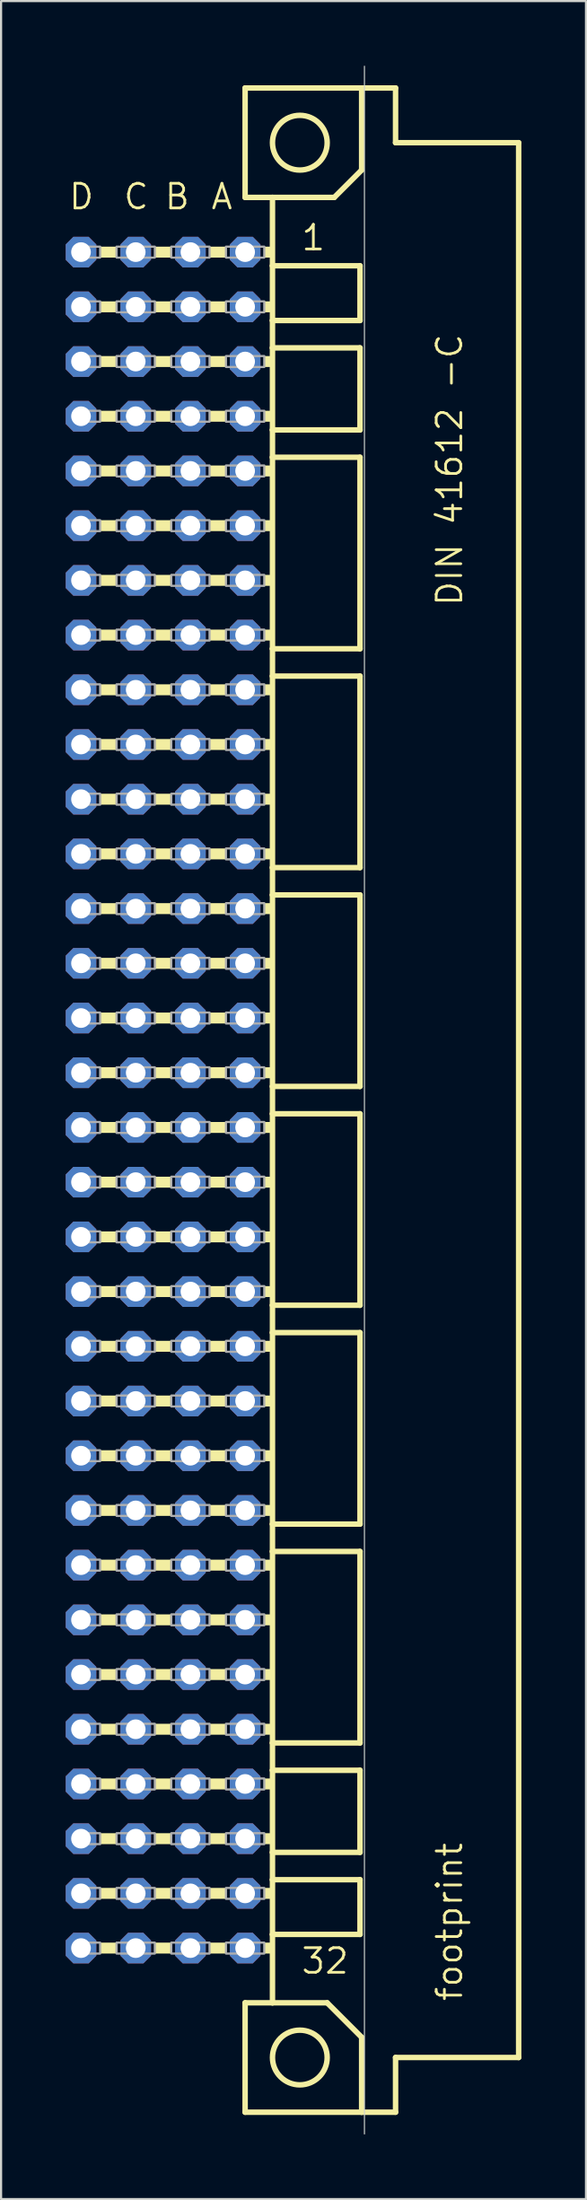
<source format=kicad_pcb>
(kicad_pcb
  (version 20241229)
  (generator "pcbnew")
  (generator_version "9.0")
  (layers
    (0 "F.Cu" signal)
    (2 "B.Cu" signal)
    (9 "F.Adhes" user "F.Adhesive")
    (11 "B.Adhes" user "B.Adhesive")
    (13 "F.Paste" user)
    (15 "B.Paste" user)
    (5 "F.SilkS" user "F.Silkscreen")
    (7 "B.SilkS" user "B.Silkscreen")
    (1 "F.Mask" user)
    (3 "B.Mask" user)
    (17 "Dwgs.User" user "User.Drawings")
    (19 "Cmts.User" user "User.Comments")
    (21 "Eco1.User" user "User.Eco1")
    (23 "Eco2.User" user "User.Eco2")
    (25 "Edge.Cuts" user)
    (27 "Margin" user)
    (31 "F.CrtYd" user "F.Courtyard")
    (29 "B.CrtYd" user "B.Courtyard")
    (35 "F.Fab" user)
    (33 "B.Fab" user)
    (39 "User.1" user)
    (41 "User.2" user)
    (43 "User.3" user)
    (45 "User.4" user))
  (footprint "footprint"
    (layer "F.Cu")
    (at 10.871 48.025)
    (property "Reference" "footprint" (at 7.62 41.91 90) (layer "F.SilkS") (effects (font (size 1.143 1.143) (thickness 0.127)) (justify left bottom)))
    (fp_line (start -2.54 -46.99) (end -2.54 -41.91) (stroke (width 0.254) (type solid)) (layer "F.SilkS"))
    (fp_line (start -2.54 -41.91) (end -1.27 -41.91) (stroke (width 0.254) (type solid)) (layer "F.SilkS"))
    (fp_line (start -2.54 41.91) (end -2.54 46.99) (stroke (width 0.254) (type solid)) (layer "F.SilkS"))
    (fp_line (start -2.54 41.91) (end -1.27 41.91) (stroke (width 0.254) (type solid)) (layer "F.SilkS"))
    (fp_line (start -2.54 46.99) (end 2.87 46.99) (stroke (width 0.254) (type solid)) (layer "F.SilkS"))
    (fp_line (start -1.27 -41.91) (end -1.27 -38.735) (stroke (width 0.254) (type solid)) (layer "F.SilkS"))
    (fp_line (start -1.27 -41.91) (end 1.6 -41.91) (stroke (width 0.254) (type solid)) (layer "F.SilkS"))
    (fp_line (start -1.27 -38.735) (end -1.27 -36.195) (stroke (width 0.254) (type solid)) (layer "F.SilkS"))
    (fp_line (start -1.27 -36.195) (end -1.27 -34.925) (stroke (width 0.254) (type solid)) (layer "F.SilkS"))
    (fp_line (start -1.27 -34.925) (end -1.27 -31.115) (stroke (width 0.254) (type solid)) (layer "F.SilkS"))
    (fp_line (start -1.27 -31.115) (end -1.27 -29.845) (stroke (width 0.254) (type solid)) (layer "F.SilkS"))
    (fp_line (start -1.27 -29.845) (end -1.27 -20.955) (stroke (width 0.254) (type solid)) (layer "F.SilkS"))
    (fp_line (start -1.27 -20.955) (end -1.27 -19.685) (stroke (width 0.254) (type solid)) (layer "F.SilkS"))
    (fp_line (start -1.27 -19.685) (end -1.27 -10.795) (stroke (width 0.254) (type solid)) (layer "F.SilkS"))
    (fp_line (start -1.27 -10.795) (end -1.27 -9.525) (stroke (width 0.254) (type solid)) (layer "F.SilkS"))
    (fp_line (start -1.27 -9.525) (end -1.27 -0.635) (stroke (width 0.254) (type solid)) (layer "F.SilkS"))
    (fp_line (start -1.27 -0.635) (end -1.27 0.635) (stroke (width 0.254) (type solid)) (layer "F.SilkS"))
    (fp_line (start -1.27 0.635) (end -1.27 9.525) (stroke (width 0.254) (type solid)) (layer "F.SilkS"))
    (fp_line (start -1.27 9.525) (end -1.27 10.795) (stroke (width 0.254) (type solid)) (layer "F.SilkS"))
    (fp_line (start -1.27 10.795) (end -1.27 19.685) (stroke (width 0.254) (type solid)) (layer "F.SilkS"))
    (fp_line (start -1.27 19.685) (end -1.27 20.955) (stroke (width 0.254) (type solid)) (layer "F.SilkS"))
    (fp_line (start -1.27 20.955) (end -1.27 29.845) (stroke (width 0.254) (type solid)) (layer "F.SilkS"))
    (fp_line (start -1.27 29.845) (end -1.27 31.115) (stroke (width 0.254) (type solid)) (layer "F.SilkS"))
    (fp_line (start -1.27 31.115) (end -1.27 34.925) (stroke (width 0.254) (type solid)) (layer "F.SilkS"))
    (fp_line (start -1.27 34.925) (end -1.27 36.195) (stroke (width 0.254) (type solid)) (layer "F.SilkS"))
    (fp_line (start -1.27 36.195) (end -1.27 38.735) (stroke (width 0.254) (type solid)) (layer "F.SilkS"))
    (fp_line (start -1.27 38.735) (end -1.27 41.91) (stroke (width 0.254) (type solid)) (layer "F.SilkS"))
    (fp_line (start -1.27 41.91) (end 1.27 41.91) (stroke (width 0.254) (type solid)) (layer "F.SilkS"))
    (fp_line (start 1.6 -41.91) (end 2.87 -43.18) (stroke (width 0.254) (type solid)) (layer "F.SilkS"))
    (fp_line (start 2.794 -38.735) (end -1.27 -38.735) (stroke (width 0.254) (type solid)) (layer "F.SilkS"))
    (fp_line (start 2.794 -38.735) (end 2.794 -36.195) (stroke (width 0.254) (type solid)) (layer "F.SilkS"))
    (fp_line (start 2.794 -36.195) (end -1.27 -36.195) (stroke (width 0.254) (type solid)) (layer "F.SilkS"))
    (fp_line (start 2.794 -34.925) (end -1.27 -34.925) (stroke (width 0.254) (type solid)) (layer "F.SilkS"))
    (fp_line (start 2.794 -34.925) (end 2.794 -31.115) (stroke (width 0.254) (type solid)) (layer "F.SilkS"))
    (fp_line (start 2.794 -31.115) (end -1.27 -31.115) (stroke (width 0.254) (type solid)) (layer "F.SilkS"))
    (fp_line (start 2.794 -29.845) (end -1.27 -29.845) (stroke (width 0.254) (type solid)) (layer "F.SilkS"))
    (fp_line (start 2.794 -29.845) (end 2.794 -20.955) (stroke (width 0.254) (type solid)) (layer "F.SilkS"))
    (fp_line (start 2.794 -20.955) (end -1.27 -20.955) (stroke (width 0.254) (type solid)) (layer "F.SilkS"))
    (fp_line (start 2.794 -19.685) (end -1.27 -19.685) (stroke (width 0.254) (type solid)) (layer "F.SilkS"))
    (fp_line (start 2.794 -19.685) (end 2.794 -10.795) (stroke (width 0.254) (type solid)) (layer "F.SilkS"))
    (fp_line (start 2.794 -10.795) (end -1.27 -10.795) (stroke (width 0.254) (type solid)) (layer "F.SilkS"))
    (fp_line (start 2.794 -9.525) (end -1.27 -9.525) (stroke (width 0.254) (type solid)) (layer "F.SilkS"))
    (fp_line (start 2.794 -9.525) (end 2.794 -0.635) (stroke (width 0.254) (type solid)) (layer "F.SilkS"))
    (fp_line (start 2.794 -0.635) (end -1.27 -0.635) (stroke (width 0.254) (type solid)) (layer "F.SilkS"))
    (fp_line (start 2.794 0.635) (end -1.27 0.635) (stroke (width 0.254) (type solid)) (layer "F.SilkS"))
    (fp_line (start 2.794 0.635) (end 2.794 9.525) (stroke (width 0.254) (type solid)) (layer "F.SilkS"))
    (fp_line (start 2.794 9.525) (end -1.27 9.525) (stroke (width 0.254) (type solid)) (layer "F.SilkS"))
    (fp_line (start 2.794 10.795) (end -1.27 10.795) (stroke (width 0.254) (type solid)) (layer "F.SilkS"))
    (fp_line (start 2.794 10.795) (end 2.794 19.685) (stroke (width 0.254) (type solid)) (layer "F.SilkS"))
    (fp_line (start 2.794 19.685) (end -1.27 19.685) (stroke (width 0.254) (type solid)) (layer "F.SilkS"))
    (fp_line (start 2.794 20.955) (end -1.27 20.955) (stroke (width 0.254) (type solid)) (layer "F.SilkS"))
    (fp_line (start 2.794 20.955) (end 2.794 29.845) (stroke (width 0.254) (type solid)) (layer "F.SilkS"))
    (fp_line (start 2.794 29.845) (end -1.27 29.845) (stroke (width 0.254) (type solid)) (layer "F.SilkS"))
    (fp_line (start 2.794 31.115) (end -1.27 31.115) (stroke (width 0.254) (type solid)) (layer "F.SilkS"))
    (fp_line (start 2.794 31.115) (end 2.794 34.925) (stroke (width 0.254) (type solid)) (layer "F.SilkS"))
    (fp_line (start 2.794 34.925) (end -1.27 34.925) (stroke (width 0.254) (type solid)) (layer "F.SilkS"))
    (fp_line (start 2.794 36.195) (end -1.27 36.195) (stroke (width 0.254) (type solid)) (layer "F.SilkS"))
    (fp_line (start 2.794 36.195) (end 2.794 38.735) (stroke (width 0.254) (type solid)) (layer "F.SilkS"))
    (fp_line (start 2.794 38.735) (end -1.27 38.735) (stroke (width 0.254) (type solid)) (layer "F.SilkS"))
    (fp_line (start 2.87 -46.99) (end -2.54 -46.99) (stroke (width 0.254) (type solid)) (layer "F.SilkS"))
    (fp_line (start 2.87 -43.18) (end 2.87 -46.99) (stroke (width 0.254) (type solid)) (layer "F.SilkS"))
    (fp_line (start 2.87 43.51) (end 1.27 41.91) (stroke (width 0.254) (type solid)) (layer "F.SilkS"))
    (fp_line (start 2.87 43.51) (end 2.87 46.99) (stroke (width 0.254) (type solid)) (layer "F.SilkS"))
    (fp_line (start 2.87 46.99) (end 4.445 46.99) (stroke (width 0.254) (type solid)) (layer "F.SilkS"))
    (fp_line (start 4.445 -46.99) (end 2.87 -46.99) (stroke (width 0.254) (type solid)) (layer "F.SilkS"))
    (fp_line (start 4.445 -44.45) (end 4.445 -46.99) (stroke (width 0.254) (type solid)) (layer "F.SilkS"))
    (fp_line (start 4.445 44.45) (end 10.16 44.45) (stroke (width 0.254) (type solid)) (layer "F.SilkS"))
    (fp_line (start 4.445 46.99) (end 4.445 44.45) (stroke (width 0.254) (type solid)) (layer "F.SilkS"))
    (fp_line (start 10.16 -44.45) (end 4.445 -44.45) (stroke (width 0.254) (type solid)) (layer "F.SilkS"))
    (fp_line (start 10.16 44.45) (end 10.16 -44.45) (stroke (width 0.254) (type solid)) (layer "F.SilkS"))
    (fp_circle (center 0 -44.45) (end 1.27 -44.45) (stroke (width 0.254) (type solid)) (fill no) (layer "F.SilkS"))
    (fp_circle (center 0 44.45) (end 1.27 44.45) (stroke (width 0.254) (type solid)) (fill no) (layer "F.SilkS"))
    (fp_poly (pts (xy -9.271 -39.116) (xy -8.509 -39.116) (xy -8.509 -39.624) (xy -9.271 -39.624)) (stroke (width 0) (type solid)) (fill yes) (layer "F.SilkS"))
    (fp_poly (pts (xy -9.271 -36.576) (xy -8.509 -36.576) (xy -8.509 -37.084) (xy -9.271 -37.084)) (stroke (width 0) (type solid)) (fill yes) (layer "F.SilkS"))
    (fp_poly (pts (xy -9.271 -34.036) (xy -8.509 -34.036) (xy -8.509 -34.544) (xy -9.271 -34.544)) (stroke (width 0) (type solid)) (fill yes) (layer "F.SilkS"))
    (fp_poly (pts (xy -9.271 -31.496) (xy -8.509 -31.496) (xy -8.509 -32.004) (xy -9.271 -32.004)) (stroke (width 0) (type solid)) (fill yes) (layer "F.SilkS"))
    (fp_poly (pts (xy -9.271 -28.956) (xy -8.509 -28.956) (xy -8.509 -29.464) (xy -9.271 -29.464)) (stroke (width 0) (type solid)) (fill yes) (layer "F.SilkS"))
    (fp_poly (pts (xy -9.271 -26.416) (xy -8.509 -26.416) (xy -8.509 -26.924) (xy -9.271 -26.924)) (stroke (width 0) (type solid)) (fill yes) (layer "F.SilkS"))
    (fp_poly (pts (xy -9.271 -23.876) (xy -8.509 -23.876) (xy -8.509 -24.384) (xy -9.271 -24.384)) (stroke (width 0) (type solid)) (fill yes) (layer "F.SilkS"))
    (fp_poly (pts (xy -9.271 -21.336) (xy -8.509 -21.336) (xy -8.509 -21.844) (xy -9.271 -21.844)) (stroke (width 0) (type solid)) (fill yes) (layer "F.SilkS"))
    (fp_poly (pts (xy -9.271 -18.796) (xy -8.509 -18.796) (xy -8.509 -19.304) (xy -9.271 -19.304)) (stroke (width 0) (type solid)) (fill yes) (layer "F.SilkS"))
    (fp_poly (pts (xy -9.271 -16.256) (xy -8.509 -16.256) (xy -8.509 -16.764) (xy -9.271 -16.764)) (stroke (width 0) (type solid)) (fill yes) (layer "F.SilkS"))
    (fp_poly (pts (xy -9.271 -13.716) (xy -8.509 -13.716) (xy -8.509 -14.224) (xy -9.271 -14.224)) (stroke (width 0) (type solid)) (fill yes) (layer "F.SilkS"))
    (fp_poly (pts (xy -9.271 -11.176) (xy -8.509 -11.176) (xy -8.509 -11.684) (xy -9.271 -11.684)) (stroke (width 0) (type solid)) (fill yes) (layer "F.SilkS"))
    (fp_poly (pts (xy -9.271 -8.636) (xy -8.509 -8.636) (xy -8.509 -9.144) (xy -9.271 -9.144)) (stroke (width 0) (type solid)) (fill yes) (layer "F.SilkS"))
    (fp_poly (pts (xy -9.271 -6.096) (xy -8.509 -6.096) (xy -8.509 -6.604) (xy -9.271 -6.604)) (stroke (width 0) (type solid)) (fill yes) (layer "F.SilkS"))
    (fp_poly (pts (xy -9.271 -3.556) (xy -8.509 -3.556) (xy -8.509 -4.064) (xy -9.271 -4.064)) (stroke (width 0) (type solid)) (fill yes) (layer "F.SilkS"))
    (fp_poly (pts (xy -9.271 -1.016) (xy -8.509 -1.016) (xy -8.509 -1.524) (xy -9.271 -1.524)) (stroke (width 0) (type solid)) (fill yes) (layer "F.SilkS"))
    (fp_poly (pts (xy -9.271 1.524) (xy -8.509 1.524) (xy -8.509 1.016) (xy -9.271 1.016)) (stroke (width 0) (type solid)) (fill yes) (layer "F.SilkS"))
    (fp_poly (pts (xy -9.271 4.064) (xy -8.509 4.064) (xy -8.509 3.556) (xy -9.271 3.556)) (stroke (width 0) (type solid)) (fill yes) (layer "F.SilkS"))
    (fp_poly (pts (xy -9.271 6.604) (xy -8.509 6.604) (xy -8.509 6.096) (xy -9.271 6.096)) (stroke (width 0) (type solid)) (fill yes) (layer "F.SilkS"))
    (fp_poly (pts (xy -9.271 9.144) (xy -8.509 9.144) (xy -8.509 8.636) (xy -9.271 8.636)) (stroke (width 0) (type solid)) (fill yes) (layer "F.SilkS"))
    (fp_poly (pts (xy -9.271 11.684) (xy -8.509 11.684) (xy -8.509 11.176) (xy -9.271 11.176)) (stroke (width 0) (type solid)) (fill yes) (layer "F.SilkS"))
    (fp_poly (pts (xy -9.271 14.224) (xy -8.509 14.224) (xy -8.509 13.716) (xy -9.271 13.716)) (stroke (width 0) (type solid)) (fill yes) (layer "F.SilkS"))
    (fp_poly (pts (xy -9.271 16.764) (xy -8.509 16.764) (xy -8.509 16.256) (xy -9.271 16.256)) (stroke (width 0) (type solid)) (fill yes) (layer "F.SilkS"))
    (fp_poly (pts (xy -9.271 19.304) (xy -8.509 19.304) (xy -8.509 18.796) (xy -9.271 18.796)) (stroke (width 0) (type solid)) (fill yes) (layer "F.SilkS"))
    (fp_poly (pts (xy -9.271 21.844) (xy -8.509 21.844) (xy -8.509 21.336) (xy -9.271 21.336)) (stroke (width 0) (type solid)) (fill yes) (layer "F.SilkS"))
    (fp_poly (pts (xy -9.271 24.384) (xy -8.509 24.384) (xy -8.509 23.876) (xy -9.271 23.876)) (stroke (width 0) (type solid)) (fill yes) (layer "F.SilkS"))
    (fp_poly (pts (xy -9.271 26.924) (xy -8.509 26.924) (xy -8.509 26.416) (xy -9.271 26.416)) (stroke (width 0) (type solid)) (fill yes) (layer "F.SilkS"))
    (fp_poly (pts (xy -9.271 29.464) (xy -8.509 29.464) (xy -8.509 28.956) (xy -9.271 28.956)) (stroke (width 0) (type solid)) (fill yes) (layer "F.SilkS"))
    (fp_poly (pts (xy -9.271 32.004) (xy -8.509 32.004) (xy -8.509 31.496) (xy -9.271 31.496)) (stroke (width 0) (type solid)) (fill yes) (layer "F.SilkS"))
    (fp_poly (pts (xy -9.271 34.544) (xy -8.509 34.544) (xy -8.509 34.036) (xy -9.271 34.036)) (stroke (width 0) (type solid)) (fill yes) (layer "F.SilkS"))
    (fp_poly (pts (xy -9.271 37.084) (xy -8.509 37.084) (xy -8.509 36.576) (xy -9.271 36.576)) (stroke (width 0) (type solid)) (fill yes) (layer "F.SilkS"))
    (fp_poly (pts (xy -9.271 39.624) (xy -8.509 39.624) (xy -8.509 39.116) (xy -9.271 39.116)) (stroke (width 0) (type solid)) (fill yes) (layer "F.SilkS"))
    (fp_poly (pts (xy -6.731 -39.116) (xy -5.969 -39.116) (xy -5.969 -39.624) (xy -6.731 -39.624)) (stroke (width 0) (type solid)) (fill yes) (layer "F.SilkS"))
    (fp_poly (pts (xy -6.731 -36.576) (xy -5.969 -36.576) (xy -5.969 -37.084) (xy -6.731 -37.084)) (stroke (width 0) (type solid)) (fill yes) (layer "F.SilkS"))
    (fp_poly (pts (xy -6.731 -34.036) (xy -5.969 -34.036) (xy -5.969 -34.544) (xy -6.731 -34.544)) (stroke (width 0) (type solid)) (fill yes) (layer "F.SilkS"))
    (fp_poly (pts (xy -6.731 -31.496) (xy -5.969 -31.496) (xy -5.969 -32.004) (xy -6.731 -32.004)) (stroke (width 0) (type solid)) (fill yes) (layer "F.SilkS"))
    (fp_poly (pts (xy -6.731 -28.956) (xy -5.969 -28.956) (xy -5.969 -29.464) (xy -6.731 -29.464)) (stroke (width 0) (type solid)) (fill yes) (layer "F.SilkS"))
    (fp_poly (pts (xy -6.731 -26.416) (xy -5.969 -26.416) (xy -5.969 -26.924) (xy -6.731 -26.924)) (stroke (width 0) (type solid)) (fill yes) (layer "F.SilkS"))
    (fp_poly (pts (xy -6.731 -23.876) (xy -5.969 -23.876) (xy -5.969 -24.384) (xy -6.731 -24.384)) (stroke (width 0) (type solid)) (fill yes) (layer "F.SilkS"))
    (fp_poly (pts (xy -6.731 -21.336) (xy -5.969 -21.336) (xy -5.969 -21.844) (xy -6.731 -21.844)) (stroke (width 0) (type solid)) (fill yes) (layer "F.SilkS"))
    (fp_poly (pts (xy -6.731 -18.796) (xy -5.969 -18.796) (xy -5.969 -19.304) (xy -6.731 -19.304)) (stroke (width 0) (type solid)) (fill yes) (layer "F.SilkS"))
    (fp_poly (pts (xy -6.731 -16.256) (xy -5.969 -16.256) (xy -5.969 -16.764) (xy -6.731 -16.764)) (stroke (width 0) (type solid)) (fill yes) (layer "F.SilkS"))
    (fp_poly (pts (xy -6.731 -13.716) (xy -5.969 -13.716) (xy -5.969 -14.224) (xy -6.731 -14.224)) (stroke (width 0) (type solid)) (fill yes) (layer "F.SilkS"))
    (fp_poly (pts (xy -6.731 -11.176) (xy -5.969 -11.176) (xy -5.969 -11.684) (xy -6.731 -11.684)) (stroke (width 0) (type solid)) (fill yes) (layer "F.SilkS"))
    (fp_poly (pts (xy -6.731 -8.636) (xy -5.969 -8.636) (xy -5.969 -9.144) (xy -6.731 -9.144)) (stroke (width 0) (type solid)) (fill yes) (layer "F.SilkS"))
    (fp_poly (pts (xy -6.731 -6.096) (xy -5.969 -6.096) (xy -5.969 -6.604) (xy -6.731 -6.604)) (stroke (width 0) (type solid)) (fill yes) (layer "F.SilkS"))
    (fp_poly (pts (xy -6.731 -3.556) (xy -5.969 -3.556) (xy -5.969 -4.064) (xy -6.731 -4.064)) (stroke (width 0) (type solid)) (fill yes) (layer "F.SilkS"))
    (fp_poly (pts (xy -6.731 -1.016) (xy -5.969 -1.016) (xy -5.969 -1.524) (xy -6.731 -1.524)) (stroke (width 0) (type solid)) (fill yes) (layer "F.SilkS"))
    (fp_poly (pts (xy -6.731 1.524) (xy -5.969 1.524) (xy -5.969 1.016) (xy -6.731 1.016)) (stroke (width 0) (type solid)) (fill yes) (layer "F.SilkS"))
    (fp_poly (pts (xy -6.731 4.064) (xy -5.969 4.064) (xy -5.969 3.556) (xy -6.731 3.556)) (stroke (width 0) (type solid)) (fill yes) (layer "F.SilkS"))
    (fp_poly (pts (xy -6.731 6.604) (xy -5.969 6.604) (xy -5.969 6.096) (xy -6.731 6.096)) (stroke (width 0) (type solid)) (fill yes) (layer "F.SilkS"))
    (fp_poly (pts (xy -6.731 9.144) (xy -5.969 9.144) (xy -5.969 8.636) (xy -6.731 8.636)) (stroke (width 0) (type solid)) (fill yes) (layer "F.SilkS"))
    (fp_poly (pts (xy -6.731 11.684) (xy -5.969 11.684) (xy -5.969 11.176) (xy -6.731 11.176)) (stroke (width 0) (type solid)) (fill yes) (layer "F.SilkS"))
    (fp_poly (pts (xy -6.731 14.224) (xy -5.969 14.224) (xy -5.969 13.716) (xy -6.731 13.716)) (stroke (width 0) (type solid)) (fill yes) (layer "F.SilkS"))
    (fp_poly (pts (xy -6.731 16.764) (xy -5.969 16.764) (xy -5.969 16.256) (xy -6.731 16.256)) (stroke (width 0) (type solid)) (fill yes) (layer "F.SilkS"))
    (fp_poly (pts (xy -6.731 19.304) (xy -5.969 19.304) (xy -5.969 18.796) (xy -6.731 18.796)) (stroke (width 0) (type solid)) (fill yes) (layer "F.SilkS"))
    (fp_poly (pts (xy -6.731 21.844) (xy -5.969 21.844) (xy -5.969 21.336) (xy -6.731 21.336)) (stroke (width 0) (type solid)) (fill yes) (layer "F.SilkS"))
    (fp_poly (pts (xy -6.731 24.384) (xy -5.969 24.384) (xy -5.969 23.876) (xy -6.731 23.876)) (stroke (width 0) (type solid)) (fill yes) (layer "F.SilkS"))
    (fp_poly (pts (xy -6.731 26.924) (xy -5.969 26.924) (xy -5.969 26.416) (xy -6.731 26.416)) (stroke (width 0) (type solid)) (fill yes) (layer "F.SilkS"))
    (fp_poly (pts (xy -6.731 29.464) (xy -5.969 29.464) (xy -5.969 28.956) (xy -6.731 28.956)) (stroke (width 0) (type solid)) (fill yes) (layer "F.SilkS"))
    (fp_poly (pts (xy -6.731 32.004) (xy -5.969 32.004) (xy -5.969 31.496) (xy -6.731 31.496)) (stroke (width 0) (type solid)) (fill yes) (layer "F.SilkS"))
    (fp_poly (pts (xy -6.731 34.544) (xy -5.969 34.544) (xy -5.969 34.036) (xy -6.731 34.036)) (stroke (width 0) (type solid)) (fill yes) (layer "F.SilkS"))
    (fp_poly (pts (xy -6.731 37.084) (xy -5.969 37.084) (xy -5.969 36.576) (xy -6.731 36.576)) (stroke (width 0) (type solid)) (fill yes) (layer "F.SilkS"))
    (fp_poly (pts (xy -6.731 39.624) (xy -5.969 39.624) (xy -5.969 39.116) (xy -6.731 39.116)) (stroke (width 0) (type solid)) (fill yes) (layer "F.SilkS"))
    (fp_poly (pts (xy -4.191 -39.116) (xy -3.429 -39.116) (xy -3.429 -39.624) (xy -4.191 -39.624)) (stroke (width 0) (type solid)) (fill yes) (layer "F.SilkS"))
    (fp_poly (pts (xy -4.191 -36.576) (xy -3.429 -36.576) (xy -3.429 -37.084) (xy -4.191 -37.084)) (stroke (width 0) (type solid)) (fill yes) (layer "F.SilkS"))
    (fp_poly (pts (xy -4.191 -34.036) (xy -3.429 -34.036) (xy -3.429 -34.544) (xy -4.191 -34.544)) (stroke (width 0) (type solid)) (fill yes) (layer "F.SilkS"))
    (fp_poly (pts (xy -4.191 -31.496) (xy -3.429 -31.496) (xy -3.429 -32.004) (xy -4.191 -32.004)) (stroke (width 0) (type solid)) (fill yes) (layer "F.SilkS"))
    (fp_poly (pts (xy -4.191 -28.956) (xy -3.429 -28.956) (xy -3.429 -29.464) (xy -4.191 -29.464)) (stroke (width 0) (type solid)) (fill yes) (layer "F.SilkS"))
    (fp_poly (pts (xy -4.191 -26.416) (xy -3.429 -26.416) (xy -3.429 -26.924) (xy -4.191 -26.924)) (stroke (width 0) (type solid)) (fill yes) (layer "F.SilkS"))
    (fp_poly (pts (xy -4.191 -23.876) (xy -3.429 -23.876) (xy -3.429 -24.384) (xy -4.191 -24.384)) (stroke (width 0) (type solid)) (fill yes) (layer "F.SilkS"))
    (fp_poly (pts (xy -4.191 -21.336) (xy -3.429 -21.336) (xy -3.429 -21.844) (xy -4.191 -21.844)) (stroke (width 0) (type solid)) (fill yes) (layer "F.SilkS"))
    (fp_poly (pts (xy -4.191 -18.796) (xy -3.429 -18.796) (xy -3.429 -19.304) (xy -4.191 -19.304)) (stroke (width 0) (type solid)) (fill yes) (layer "F.SilkS"))
    (fp_poly (pts (xy -4.191 -16.256) (xy -3.429 -16.256) (xy -3.429 -16.764) (xy -4.191 -16.764)) (stroke (width 0) (type solid)) (fill yes) (layer "F.SilkS"))
    (fp_poly (pts (xy -4.191 -13.716) (xy -3.429 -13.716) (xy -3.429 -14.224) (xy -4.191 -14.224)) (stroke (width 0) (type solid)) (fill yes) (layer "F.SilkS"))
    (fp_poly (pts (xy -4.191 -11.176) (xy -3.429 -11.176) (xy -3.429 -11.684) (xy -4.191 -11.684)) (stroke (width 0) (type solid)) (fill yes) (layer "F.SilkS"))
    (fp_poly (pts (xy -4.191 -8.636) (xy -3.429 -8.636) (xy -3.429 -9.144) (xy -4.191 -9.144)) (stroke (width 0) (type solid)) (fill yes) (layer "F.SilkS"))
    (fp_poly (pts (xy -4.191 -6.096) (xy -3.429 -6.096) (xy -3.429 -6.604) (xy -4.191 -6.604)) (stroke (width 0) (type solid)) (fill yes) (layer "F.SilkS"))
    (fp_poly (pts (xy -4.191 -3.556) (xy -3.429 -3.556) (xy -3.429 -4.064) (xy -4.191 -4.064)) (stroke (width 0) (type solid)) (fill yes) (layer "F.SilkS"))
    (fp_poly (pts (xy -4.191 -1.016) (xy -3.429 -1.016) (xy -3.429 -1.524) (xy -4.191 -1.524)) (stroke (width 0) (type solid)) (fill yes) (layer "F.SilkS"))
    (fp_poly (pts (xy -4.191 1.524) (xy -3.429 1.524) (xy -3.429 1.016) (xy -4.191 1.016)) (stroke (width 0) (type solid)) (fill yes) (layer "F.SilkS"))
    (fp_poly (pts (xy -4.191 4.064) (xy -3.429 4.064) (xy -3.429 3.556) (xy -4.191 3.556)) (stroke (width 0) (type solid)) (fill yes) (layer "F.SilkS"))
    (fp_poly (pts (xy -4.191 6.604) (xy -3.429 6.604) (xy -3.429 6.096) (xy -4.191 6.096)) (stroke (width 0) (type solid)) (fill yes) (layer "F.SilkS"))
    (fp_poly (pts (xy -4.191 9.144) (xy -3.429 9.144) (xy -3.429 8.636) (xy -4.191 8.636)) (stroke (width 0) (type solid)) (fill yes) (layer "F.SilkS"))
    (fp_poly (pts (xy -4.191 11.684) (xy -3.429 11.684) (xy -3.429 11.176) (xy -4.191 11.176)) (stroke (width 0) (type solid)) (fill yes) (layer "F.SilkS"))
    (fp_poly (pts (xy -4.191 14.224) (xy -3.429 14.224) (xy -3.429 13.716) (xy -4.191 13.716)) (stroke (width 0) (type solid)) (fill yes) (layer "F.SilkS"))
    (fp_poly (pts (xy -4.191 16.764) (xy -3.429 16.764) (xy -3.429 16.256) (xy -4.191 16.256)) (stroke (width 0) (type solid)) (fill yes) (layer "F.SilkS"))
    (fp_poly (pts (xy -4.191 19.304) (xy -3.429 19.304) (xy -3.429 18.796) (xy -4.191 18.796)) (stroke (width 0) (type solid)) (fill yes) (layer "F.SilkS"))
    (fp_poly (pts (xy -4.191 21.844) (xy -3.429 21.844) (xy -3.429 21.336) (xy -4.191 21.336)) (stroke (width 0) (type solid)) (fill yes) (layer "F.SilkS"))
    (fp_poly (pts (xy -4.191 24.384) (xy -3.429 24.384) (xy -3.429 23.876) (xy -4.191 23.876)) (stroke (width 0) (type solid)) (fill yes) (layer "F.SilkS"))
    (fp_poly (pts (xy -4.191 26.924) (xy -3.429 26.924) (xy -3.429 26.416) (xy -4.191 26.416)) (stroke (width 0) (type solid)) (fill yes) (layer "F.SilkS"))
    (fp_poly (pts (xy -4.191 29.464) (xy -3.429 29.464) (xy -3.429 28.956) (xy -4.191 28.956)) (stroke (width 0) (type solid)) (fill yes) (layer "F.SilkS"))
    (fp_poly (pts (xy -4.191 32.004) (xy -3.429 32.004) (xy -3.429 31.496) (xy -4.191 31.496)) (stroke (width 0) (type solid)) (fill yes) (layer "F.SilkS"))
    (fp_poly (pts (xy -4.191 34.544) (xy -3.429 34.544) (xy -3.429 34.036) (xy -4.191 34.036)) (stroke (width 0) (type solid)) (fill yes) (layer "F.SilkS"))
    (fp_poly (pts (xy -4.191 37.084) (xy -3.429 37.084) (xy -3.429 36.576) (xy -4.191 36.576)) (stroke (width 0) (type solid)) (fill yes) (layer "F.SilkS"))
    (fp_poly (pts (xy -4.191 39.624) (xy -3.429 39.624) (xy -3.429 39.116) (xy -4.191 39.116)) (stroke (width 0) (type solid)) (fill yes) (layer "F.SilkS"))
    (fp_poly (pts (xy -1.651 -39.116) (xy -1.27 -39.116) (xy -1.27 -39.624) (xy -1.651 -39.624)) (stroke (width 0) (type solid)) (fill yes) (layer "F.SilkS"))
    (fp_poly (pts (xy -1.651 -36.576) (xy -1.27 -36.576) (xy -1.27 -37.084) (xy -1.651 -37.084)) (stroke (width 0) (type solid)) (fill yes) (layer "F.SilkS"))
    (fp_poly (pts (xy -1.651 -34.036) (xy -1.27 -34.036) (xy -1.27 -34.544) (xy -1.651 -34.544)) (stroke (width 0) (type solid)) (fill yes) (layer "F.SilkS"))
    (fp_poly (pts (xy -1.651 -31.496) (xy -1.27 -31.496) (xy -1.27 -32.004) (xy -1.651 -32.004)) (stroke (width 0) (type solid)) (fill yes) (layer "F.SilkS"))
    (fp_poly (pts (xy -1.651 -28.956) (xy -1.27 -28.956) (xy -1.27 -29.464) (xy -1.651 -29.464)) (stroke (width 0) (type solid)) (fill yes) (layer "F.SilkS"))
    (fp_poly (pts (xy -1.651 -26.416) (xy -1.27 -26.416) (xy -1.27 -26.924) (xy -1.651 -26.924)) (stroke (width 0) (type solid)) (fill yes) (layer "F.SilkS"))
    (fp_poly (pts (xy -1.651 -23.876) (xy -1.27 -23.876) (xy -1.27 -24.384) (xy -1.651 -24.384)) (stroke (width 0) (type solid)) (fill yes) (layer "F.SilkS"))
    (fp_poly (pts (xy -1.651 -21.336) (xy -1.27 -21.336) (xy -1.27 -21.844) (xy -1.651 -21.844)) (stroke (width 0) (type solid)) (fill yes) (layer "F.SilkS"))
    (fp_poly (pts (xy -1.651 -18.796) (xy -1.27 -18.796) (xy -1.27 -19.304) (xy -1.651 -19.304)) (stroke (width 0) (type solid)) (fill yes) (layer "F.SilkS"))
    (fp_poly (pts (xy -1.651 -16.256) (xy -1.27 -16.256) (xy -1.27 -16.764) (xy -1.651 -16.764)) (stroke (width 0) (type solid)) (fill yes) (layer "F.SilkS"))
    (fp_poly (pts (xy -1.651 -13.716) (xy -1.27 -13.716) (xy -1.27 -14.224) (xy -1.651 -14.224)) (stroke (width 0) (type solid)) (fill yes) (layer "F.SilkS"))
    (fp_poly (pts (xy -1.651 -11.176) (xy -1.27 -11.176) (xy -1.27 -11.684) (xy -1.651 -11.684)) (stroke (width 0) (type solid)) (fill yes) (layer "F.SilkS"))
    (fp_poly (pts (xy -1.651 -8.636) (xy -1.27 -8.636) (xy -1.27 -9.144) (xy -1.651 -9.144)) (stroke (width 0) (type solid)) (fill yes) (layer "F.SilkS"))
    (fp_poly (pts (xy -1.651 -6.096) (xy -1.27 -6.096) (xy -1.27 -6.604) (xy -1.651 -6.604)) (stroke (width 0) (type solid)) (fill yes) (layer "F.SilkS"))
    (fp_poly (pts (xy -1.651 -3.556) (xy -1.27 -3.556) (xy -1.27 -4.064) (xy -1.651 -4.064)) (stroke (width 0) (type solid)) (fill yes) (layer "F.SilkS"))
    (fp_poly (pts (xy -1.651 -1.016) (xy -1.27 -1.016) (xy -1.27 -1.524) (xy -1.651 -1.524)) (stroke (width 0) (type solid)) (fill yes) (layer "F.SilkS"))
    (fp_poly (pts (xy -1.651 1.524) (xy -1.27 1.524) (xy -1.27 1.016) (xy -1.651 1.016)) (stroke (width 0) (type solid)) (fill yes) (layer "F.SilkS"))
    (fp_poly (pts (xy -1.651 4.064) (xy -1.27 4.064) (xy -1.27 3.556) (xy -1.651 3.556)) (stroke (width 0) (type solid)) (fill yes) (layer "F.SilkS"))
    (fp_poly (pts (xy -1.651 6.604) (xy -1.27 6.604) (xy -1.27 6.096) (xy -1.651 6.096)) (stroke (width 0) (type solid)) (fill yes) (layer "F.SilkS"))
    (fp_poly (pts (xy -1.651 9.144) (xy -1.27 9.144) (xy -1.27 8.636) (xy -1.651 8.636)) (stroke (width 0) (type solid)) (fill yes) (layer "F.SilkS"))
    (fp_poly (pts (xy -1.651 11.684) (xy -1.27 11.684) (xy -1.27 11.176) (xy -1.651 11.176)) (stroke (width 0) (type solid)) (fill yes) (layer "F.SilkS"))
    (fp_poly (pts (xy -1.651 14.224) (xy -1.27 14.224) (xy -1.27 13.716) (xy -1.651 13.716)) (stroke (width 0) (type solid)) (fill yes) (layer "F.SilkS"))
    (fp_poly (pts (xy -1.651 16.764) (xy -1.27 16.764) (xy -1.27 16.256) (xy -1.651 16.256)) (stroke (width 0) (type solid)) (fill yes) (layer "F.SilkS"))
    (fp_poly (pts (xy -1.651 19.304) (xy -1.27 19.304) (xy -1.27 18.796) (xy -1.651 18.796)) (stroke (width 0) (type solid)) (fill yes) (layer "F.SilkS"))
    (fp_poly (pts (xy -1.651 21.844) (xy -1.27 21.844) (xy -1.27 21.336) (xy -1.651 21.336)) (stroke (width 0) (type solid)) (fill yes) (layer "F.SilkS"))
    (fp_poly (pts (xy -1.651 24.384) (xy -1.27 24.384) (xy -1.27 23.876) (xy -1.651 23.876)) (stroke (width 0) (type solid)) (fill yes) (layer "F.SilkS"))
    (fp_poly (pts (xy -1.651 26.924) (xy -1.27 26.924) (xy -1.27 26.416) (xy -1.651 26.416)) (stroke (width 0) (type solid)) (fill yes) (layer "F.SilkS"))
    (fp_poly (pts (xy -1.651 29.464) (xy -1.27 29.464) (xy -1.27 28.956) (xy -1.651 28.956)) (stroke (width 0) (type solid)) (fill yes) (layer "F.SilkS"))
    (fp_poly (pts (xy -1.651 32.004) (xy -1.27 32.004) (xy -1.27 31.496) (xy -1.651 31.496)) (stroke (width 0) (type solid)) (fill yes) (layer "F.SilkS"))
    (fp_poly (pts (xy -1.651 34.544) (xy -1.27 34.544) (xy -1.27 34.036) (xy -1.651 34.036)) (stroke (width 0) (type solid)) (fill yes) (layer "F.SilkS"))
    (fp_poly (pts (xy -1.651 37.084) (xy -1.27 37.084) (xy -1.27 36.576) (xy -1.651 36.576)) (stroke (width 0) (type solid)) (fill yes) (layer "F.SilkS"))
    (fp_poly (pts (xy -1.651 39.624) (xy -1.27 39.624) (xy -1.27 39.116) (xy -1.651 39.116)) (stroke (width 0) (type solid)) (fill yes) (layer "F.SilkS"))
    (fp_line (start 3 -48) (end 3 48) (stroke (width 0.05) (type solid)) (layer "Edge.Cuts"))
    (fp_poly (pts (xy -10.414 -39.116) (xy -9.271 -39.116) (xy -9.271 -39.624) (xy -10.414 -39.624)) (stroke (width 0.1) (type solid)) (fill no) (layer "F.Fab"))
    (fp_poly (pts (xy -10.414 -36.576) (xy -9.271 -36.576) (xy -9.271 -37.084) (xy -10.414 -37.084)) (stroke (width 0.1) (type solid)) (fill no) (layer "F.Fab"))
    (fp_poly (pts (xy -10.414 -34.036) (xy -9.271 -34.036) (xy -9.271 -34.544) (xy -10.414 -34.544)) (stroke (width 0.1) (type solid)) (fill no) (layer "F.Fab"))
    (fp_poly (pts (xy -10.414 -31.496) (xy -9.271 -31.496) (xy -9.271 -32.004) (xy -10.414 -32.004)) (stroke (width 0.1) (type solid)) (fill no) (layer "F.Fab"))
    (fp_poly (pts (xy -10.414 -28.956) (xy -9.271 -28.956) (xy -9.271 -29.464) (xy -10.414 -29.464)) (stroke (width 0.1) (type solid)) (fill no) (layer "F.Fab"))
    (fp_poly (pts (xy -10.414 -26.416) (xy -9.271 -26.416) (xy -9.271 -26.924) (xy -10.414 -26.924)) (stroke (width 0.1) (type solid)) (fill no) (layer "F.Fab"))
    (fp_poly (pts (xy -10.414 -23.876) (xy -9.271 -23.876) (xy -9.271 -24.384) (xy -10.414 -24.384)) (stroke (width 0.1) (type solid)) (fill no) (layer "F.Fab"))
    (fp_poly (pts (xy -10.414 -21.336) (xy -9.271 -21.336) (xy -9.271 -21.844) (xy -10.414 -21.844)) (stroke (width 0.1) (type solid)) (fill no) (layer "F.Fab"))
    (fp_poly (pts (xy -10.414 -18.796) (xy -9.271 -18.796) (xy -9.271 -19.304) (xy -10.414 -19.304)) (stroke (width 0.1) (type solid)) (fill no) (layer "F.Fab"))
    (fp_poly (pts (xy -10.414 -16.256) (xy -9.271 -16.256) (xy -9.271 -16.764) (xy -10.414 -16.764)) (stroke (width 0.1) (type solid)) (fill no) (layer "F.Fab"))
    (fp_poly (pts (xy -10.414 -13.716) (xy -9.271 -13.716) (xy -9.271 -14.224) (xy -10.414 -14.224)) (stroke (width 0.1) (type solid)) (fill no) (layer "F.Fab"))
    (fp_poly (pts (xy -10.414 -11.176) (xy -9.271 -11.176) (xy -9.271 -11.684) (xy -10.414 -11.684)) (stroke (width 0.1) (type solid)) (fill no) (layer "F.Fab"))
    (fp_poly (pts (xy -10.414 -8.636) (xy -9.271 -8.636) (xy -9.271 -9.144) (xy -10.414 -9.144)) (stroke (width 0.1) (type solid)) (fill no) (layer "F.Fab"))
    (fp_poly (pts (xy -10.414 -6.096) (xy -9.271 -6.096) (xy -9.271 -6.604) (xy -10.414 -6.604)) (stroke (width 0.1) (type solid)) (fill no) (layer "F.Fab"))
    (fp_poly (pts (xy -10.414 -3.556) (xy -9.271 -3.556) (xy -9.271 -4.064) (xy -10.414 -4.064)) (stroke (width 0.1) (type solid)) (fill no) (layer "F.Fab"))
    (fp_poly (pts (xy -10.414 -1.016) (xy -9.271 -1.016) (xy -9.271 -1.524) (xy -10.414 -1.524)) (stroke (width 0.1) (type solid)) (fill no) (layer "F.Fab"))
    (fp_poly (pts (xy -10.414 1.524) (xy -9.271 1.524) (xy -9.271 1.016) (xy -10.414 1.016)) (stroke (width 0.1) (type solid)) (fill no) (layer "F.Fab"))
    (fp_poly (pts (xy -10.414 4.064) (xy -9.271 4.064) (xy -9.271 3.556) (xy -10.414 3.556)) (stroke (width 0.1) (type solid)) (fill no) (layer "F.Fab"))
    (fp_poly (pts (xy -10.414 6.604) (xy -9.271 6.604) (xy -9.271 6.096) (xy -10.414 6.096)) (stroke (width 0.1) (type solid)) (fill no) (layer "F.Fab"))
    (fp_poly (pts (xy -10.414 9.144) (xy -9.271 9.144) (xy -9.271 8.636) (xy -10.414 8.636)) (stroke (width 0.1) (type solid)) (fill no) (layer "F.Fab"))
    (fp_poly (pts (xy -10.414 11.684) (xy -9.271 11.684) (xy -9.271 11.176) (xy -10.414 11.176)) (stroke (width 0.1) (type solid)) (fill no) (layer "F.Fab"))
    (fp_poly (pts (xy -10.414 14.224) (xy -9.271 14.224) (xy -9.271 13.716) (xy -10.414 13.716)) (stroke (width 0.1) (type solid)) (fill no) (layer "F.Fab"))
    (fp_poly (pts (xy -10.414 16.764) (xy -9.271 16.764) (xy -9.271 16.256) (xy -10.414 16.256)) (stroke (width 0.1) (type solid)) (fill no) (layer "F.Fab"))
    (fp_poly (pts (xy -10.414 19.304) (xy -9.271 19.304) (xy -9.271 18.796) (xy -10.414 18.796)) (stroke (width 0.1) (type solid)) (fill no) (layer "F.Fab"))
    (fp_poly (pts (xy -10.414 21.844) (xy -9.271 21.844) (xy -9.271 21.336) (xy -10.414 21.336)) (stroke (width 0.1) (type solid)) (fill no) (layer "F.Fab"))
    (fp_poly (pts (xy -10.414 24.384) (xy -9.271 24.384) (xy -9.271 23.876) (xy -10.414 23.876)) (stroke (width 0.1) (type solid)) (fill no) (layer "F.Fab"))
    (fp_poly (pts (xy -10.414 26.924) (xy -9.271 26.924) (xy -9.271 26.416) (xy -10.414 26.416)) (stroke (width 0.1) (type solid)) (fill no) (layer "F.Fab"))
    (fp_poly (pts (xy -10.414 29.464) (xy -9.271 29.464) (xy -9.271 28.956) (xy -10.414 28.956)) (stroke (width 0.1) (type solid)) (fill no) (layer "F.Fab"))
    (fp_poly (pts (xy -10.414 32.004) (xy -9.271 32.004) (xy -9.271 31.496) (xy -10.414 31.496)) (stroke (width 0.1) (type solid)) (fill no) (layer "F.Fab"))
    (fp_poly (pts (xy -10.414 34.544) (xy -9.271 34.544) (xy -9.271 34.036) (xy -10.414 34.036)) (stroke (width 0.1) (type solid)) (fill no) (layer "F.Fab"))
    (fp_poly (pts (xy -10.414 37.084) (xy -9.271 37.084) (xy -9.271 36.576) (xy -10.414 36.576)) (stroke (width 0.1) (type solid)) (fill no) (layer "F.Fab"))
    (fp_poly (pts (xy -10.414 39.624) (xy -9.271 39.624) (xy -9.271 39.116) (xy -10.414 39.116)) (stroke (width 0.1) (type solid)) (fill no) (layer "F.Fab"))
    (fp_poly (pts (xy -8.509 -39.116) (xy -6.731 -39.116) (xy -6.731 -39.624) (xy -8.509 -39.624)) (stroke (width 0.1) (type solid)) (fill no) (layer "F.Fab"))
    (fp_poly (pts (xy -8.509 -36.576) (xy -6.731 -36.576) (xy -6.731 -37.084) (xy -8.509 -37.084)) (stroke (width 0.1) (type solid)) (fill no) (layer "F.Fab"))
    (fp_poly (pts (xy -8.509 -34.036) (xy -6.731 -34.036) (xy -6.731 -34.544) (xy -8.509 -34.544)) (stroke (width 0.1) (type solid)) (fill no) (layer "F.Fab"))
    (fp_poly (pts (xy -8.509 -31.496) (xy -6.731 -31.496) (xy -6.731 -32.004) (xy -8.509 -32.004)) (stroke (width 0.1) (type solid)) (fill no) (layer "F.Fab"))
    (fp_poly (pts (xy -8.509 -28.956) (xy -6.731 -28.956) (xy -6.731 -29.464) (xy -8.509 -29.464)) (stroke (width 0.1) (type solid)) (fill no) (layer "F.Fab"))
    (fp_poly (pts (xy -8.509 -26.416) (xy -6.731 -26.416) (xy -6.731 -26.924) (xy -8.509 -26.924)) (stroke (width 0.1) (type solid)) (fill no) (layer "F.Fab"))
    (fp_poly (pts (xy -8.509 -23.876) (xy -6.731 -23.876) (xy -6.731 -24.384) (xy -8.509 -24.384)) (stroke (width 0.1) (type solid)) (fill no) (layer "F.Fab"))
    (fp_poly (pts (xy -8.509 -21.336) (xy -6.731 -21.336) (xy -6.731 -21.844) (xy -8.509 -21.844)) (stroke (width 0.1) (type solid)) (fill no) (layer "F.Fab"))
    (fp_poly (pts (xy -8.509 -18.796) (xy -6.731 -18.796) (xy -6.731 -19.304) (xy -8.509 -19.304)) (stroke (width 0.1) (type solid)) (fill no) (layer "F.Fab"))
    (fp_poly (pts (xy -8.509 -16.256) (xy -6.731 -16.256) (xy -6.731 -16.764) (xy -8.509 -16.764)) (stroke (width 0.1) (type solid)) (fill no) (layer "F.Fab"))
    (fp_poly (pts (xy -8.509 -13.716) (xy -6.731 -13.716) (xy -6.731 -14.224) (xy -8.509 -14.224)) (stroke (width 0.1) (type solid)) (fill no) (layer "F.Fab"))
    (fp_poly (pts (xy -8.509 -11.176) (xy -6.731 -11.176) (xy -6.731 -11.684) (xy -8.509 -11.684)) (stroke (width 0.1) (type solid)) (fill no) (layer "F.Fab"))
    (fp_poly (pts (xy -8.509 -8.636) (xy -6.731 -8.636) (xy -6.731 -9.144) (xy -8.509 -9.144)) (stroke (width 0.1) (type solid)) (fill no) (layer "F.Fab"))
    (fp_poly (pts (xy -8.509 -6.096) (xy -6.731 -6.096) (xy -6.731 -6.604) (xy -8.509 -6.604)) (stroke (width 0.1) (type solid)) (fill no) (layer "F.Fab"))
    (fp_poly (pts (xy -8.509 -3.556) (xy -6.731 -3.556) (xy -6.731 -4.064) (xy -8.509 -4.064)) (stroke (width 0.1) (type solid)) (fill no) (layer "F.Fab"))
    (fp_poly (pts (xy -8.509 -1.016) (xy -6.731 -1.016) (xy -6.731 -1.524) (xy -8.509 -1.524)) (stroke (width 0.1) (type solid)) (fill no) (layer "F.Fab"))
    (fp_poly (pts (xy -8.509 1.524) (xy -6.731 1.524) (xy -6.731 1.016) (xy -8.509 1.016)) (stroke (width 0.1) (type solid)) (fill no) (layer "F.Fab"))
    (fp_poly (pts (xy -8.509 4.064) (xy -6.731 4.064) (xy -6.731 3.556) (xy -8.509 3.556)) (stroke (width 0.1) (type solid)) (fill no) (layer "F.Fab"))
    (fp_poly (pts (xy -8.509 6.604) (xy -6.731 6.604) (xy -6.731 6.096) (xy -8.509 6.096)) (stroke (width 0.1) (type solid)) (fill no) (layer "F.Fab"))
    (fp_poly (pts (xy -8.509 9.144) (xy -6.731 9.144) (xy -6.731 8.636) (xy -8.509 8.636)) (stroke (width 0.1) (type solid)) (fill no) (layer "F.Fab"))
    (fp_poly (pts (xy -8.509 11.684) (xy -6.731 11.684) (xy -6.731 11.176) (xy -8.509 11.176)) (stroke (width 0.1) (type solid)) (fill no) (layer "F.Fab"))
    (fp_poly (pts (xy -8.509 14.224) (xy -6.731 14.224) (xy -6.731 13.716) (xy -8.509 13.716)) (stroke (width 0.1) (type solid)) (fill no) (layer "F.Fab"))
    (fp_poly (pts (xy -8.509 16.764) (xy -6.731 16.764) (xy -6.731 16.256) (xy -8.509 16.256)) (stroke (width 0.1) (type solid)) (fill no) (layer "F.Fab"))
    (fp_poly (pts (xy -8.509 19.304) (xy -6.731 19.304) (xy -6.731 18.796) (xy -8.509 18.796)) (stroke (width 0.1) (type solid)) (fill no) (layer "F.Fab"))
    (fp_poly (pts (xy -8.509 21.844) (xy -6.731 21.844) (xy -6.731 21.336) (xy -8.509 21.336)) (stroke (width 0.1) (type solid)) (fill no) (layer "F.Fab"))
    (fp_poly (pts (xy -8.509 24.384) (xy -6.731 24.384) (xy -6.731 23.876) (xy -8.509 23.876)) (stroke (width 0.1) (type solid)) (fill no) (layer "F.Fab"))
    (fp_poly (pts (xy -8.509 26.924) (xy -6.731 26.924) (xy -6.731 26.416) (xy -8.509 26.416)) (stroke (width 0.1) (type solid)) (fill no) (layer "F.Fab"))
    (fp_poly (pts (xy -8.509 29.464) (xy -6.731 29.464) (xy -6.731 28.956) (xy -8.509 28.956)) (stroke (width 0.1) (type solid)) (fill no) (layer "F.Fab"))
    (fp_poly (pts (xy -8.509 32.004) (xy -6.731 32.004) (xy -6.731 31.496) (xy -8.509 31.496)) (stroke (width 0.1) (type solid)) (fill no) (layer "F.Fab"))
    (fp_poly (pts (xy -8.509 34.544) (xy -6.731 34.544) (xy -6.731 34.036) (xy -8.509 34.036)) (stroke (width 0.1) (type solid)) (fill no) (layer "F.Fab"))
    (fp_poly (pts (xy -8.509 37.084) (xy -6.731 37.084) (xy -6.731 36.576) (xy -8.509 36.576)) (stroke (width 0.1) (type solid)) (fill no) (layer "F.Fab"))
    (fp_poly (pts (xy -8.509 39.624) (xy -6.731 39.624) (xy -6.731 39.116) (xy -8.509 39.116)) (stroke (width 0.1) (type solid)) (fill no) (layer "F.Fab"))
    (fp_poly (pts (xy -5.969 -39.116) (xy -4.191 -39.116) (xy -4.191 -39.624) (xy -5.969 -39.624)) (stroke (width 0.1) (type solid)) (fill no) (layer "F.Fab"))
    (fp_poly (pts (xy -5.969 -36.576) (xy -4.191 -36.576) (xy -4.191 -37.084) (xy -5.969 -37.084)) (stroke (width 0.1) (type solid)) (fill no) (layer "F.Fab"))
    (fp_poly (pts (xy -5.969 -34.036) (xy -4.191 -34.036) (xy -4.191 -34.544) (xy -5.969 -34.544)) (stroke (width 0.1) (type solid)) (fill no) (layer "F.Fab"))
    (fp_poly (pts (xy -5.969 -31.496) (xy -4.191 -31.496) (xy -4.191 -32.004) (xy -5.969 -32.004)) (stroke (width 0.1) (type solid)) (fill no) (layer "F.Fab"))
    (fp_poly (pts (xy -5.969 -28.956) (xy -4.191 -28.956) (xy -4.191 -29.464) (xy -5.969 -29.464)) (stroke (width 0.1) (type solid)) (fill no) (layer "F.Fab"))
    (fp_poly (pts (xy -5.969 -26.416) (xy -4.191 -26.416) (xy -4.191 -26.924) (xy -5.969 -26.924)) (stroke (width 0.1) (type solid)) (fill no) (layer "F.Fab"))
    (fp_poly (pts (xy -5.969 -23.876) (xy -4.191 -23.876) (xy -4.191 -24.384) (xy -5.969 -24.384)) (stroke (width 0.1) (type solid)) (fill no) (layer "F.Fab"))
    (fp_poly (pts (xy -5.969 -21.336) (xy -4.191 -21.336) (xy -4.191 -21.844) (xy -5.969 -21.844)) (stroke (width 0.1) (type solid)) (fill no) (layer "F.Fab"))
    (fp_poly (pts (xy -5.969 -18.796) (xy -4.191 -18.796) (xy -4.191 -19.304) (xy -5.969 -19.304)) (stroke (width 0.1) (type solid)) (fill no) (layer "F.Fab"))
    (fp_poly (pts (xy -5.969 -16.256) (xy -4.191 -16.256) (xy -4.191 -16.764) (xy -5.969 -16.764)) (stroke (width 0.1) (type solid)) (fill no) (layer "F.Fab"))
    (fp_poly (pts (xy -5.969 -13.716) (xy -4.191 -13.716) (xy -4.191 -14.224) (xy -5.969 -14.224)) (stroke (width 0.1) (type solid)) (fill no) (layer "F.Fab"))
    (fp_poly (pts (xy -5.969 -11.176) (xy -4.191 -11.176) (xy -4.191 -11.684) (xy -5.969 -11.684)) (stroke (width 0.1) (type solid)) (fill no) (layer "F.Fab"))
    (fp_poly (pts (xy -5.969 -8.636) (xy -4.191 -8.636) (xy -4.191 -9.144) (xy -5.969 -9.144)) (stroke (width 0.1) (type solid)) (fill no) (layer "F.Fab"))
    (fp_poly (pts (xy -5.969 -6.096) (xy -4.191 -6.096) (xy -4.191 -6.604) (xy -5.969 -6.604)) (stroke (width 0.1) (type solid)) (fill no) (layer "F.Fab"))
    (fp_poly (pts (xy -5.969 -3.556) (xy -4.191 -3.556) (xy -4.191 -4.064) (xy -5.969 -4.064)) (stroke (width 0.1) (type solid)) (fill no) (layer "F.Fab"))
    (fp_poly (pts (xy -5.969 -1.016) (xy -4.191 -1.016) (xy -4.191 -1.524) (xy -5.969 -1.524)) (stroke (width 0.1) (type solid)) (fill no) (layer "F.Fab"))
    (fp_poly (pts (xy -5.969 1.524) (xy -4.191 1.524) (xy -4.191 1.016) (xy -5.969 1.016)) (stroke (width 0.1) (type solid)) (fill no) (layer "F.Fab"))
    (fp_poly (pts (xy -5.969 4.064) (xy -4.191 4.064) (xy -4.191 3.556) (xy -5.969 3.556)) (stroke (width 0.1) (type solid)) (fill no) (layer "F.Fab"))
    (fp_poly (pts (xy -5.969 6.604) (xy -4.191 6.604) (xy -4.191 6.096) (xy -5.969 6.096)) (stroke (width 0.1) (type solid)) (fill no) (layer "F.Fab"))
    (fp_poly (pts (xy -5.969 9.144) (xy -4.191 9.144) (xy -4.191 8.636) (xy -5.969 8.636)) (stroke (width 0.1) (type solid)) (fill no) (layer "F.Fab"))
    (fp_poly (pts (xy -5.969 11.684) (xy -4.191 11.684) (xy -4.191 11.176) (xy -5.969 11.176)) (stroke (width 0.1) (type solid)) (fill no) (layer "F.Fab"))
    (fp_poly (pts (xy -5.969 14.224) (xy -4.191 14.224) (xy -4.191 13.716) (xy -5.969 13.716)) (stroke (width 0.1) (type solid)) (fill no) (layer "F.Fab"))
    (fp_poly (pts (xy -5.969 16.764) (xy -4.191 16.764) (xy -4.191 16.256) (xy -5.969 16.256)) (stroke (width 0.1) (type solid)) (fill no) (layer "F.Fab"))
    (fp_poly (pts (xy -5.969 19.304) (xy -4.191 19.304) (xy -4.191 18.796) (xy -5.969 18.796)) (stroke (width 0.1) (type solid)) (fill no) (layer "F.Fab"))
    (fp_poly (pts (xy -5.969 21.844) (xy -4.191 21.844) (xy -4.191 21.336) (xy -5.969 21.336)) (stroke (width 0.1) (type solid)) (fill no) (layer "F.Fab"))
    (fp_poly (pts (xy -5.969 24.384) (xy -4.191 24.384) (xy -4.191 23.876) (xy -5.969 23.876)) (stroke (width 0.1) (type solid)) (fill no) (layer "F.Fab"))
    (fp_poly (pts (xy -5.969 26.924) (xy -4.191 26.924) (xy -4.191 26.416) (xy -5.969 26.416)) (stroke (width 0.1) (type solid)) (fill no) (layer "F.Fab"))
    (fp_poly (pts (xy -5.969 29.464) (xy -4.191 29.464) (xy -4.191 28.956) (xy -5.969 28.956)) (stroke (width 0.1) (type solid)) (fill no) (layer "F.Fab"))
    (fp_poly (pts (xy -5.969 32.004) (xy -4.191 32.004) (xy -4.191 31.496) (xy -5.969 31.496)) (stroke (width 0.1) (type solid)) (fill no) (layer "F.Fab"))
    (fp_poly (pts (xy -5.969 34.544) (xy -4.191 34.544) (xy -4.191 34.036) (xy -5.969 34.036)) (stroke (width 0.1) (type solid)) (fill no) (layer "F.Fab"))
    (fp_poly (pts (xy -5.969 37.084) (xy -4.191 37.084) (xy -4.191 36.576) (xy -5.969 36.576)) (stroke (width 0.1) (type solid)) (fill no) (layer "F.Fab"))
    (fp_poly (pts (xy -5.969 39.624) (xy -4.191 39.624) (xy -4.191 39.116) (xy -5.969 39.116)) (stroke (width 0.1) (type solid)) (fill no) (layer "F.Fab"))
    (fp_poly (pts (xy -3.429 -39.116) (xy -1.651 -39.116) (xy -1.651 -39.624) (xy -3.429 -39.624)) (stroke (width 0.1) (type solid)) (fill no) (layer "F.Fab"))
    (fp_poly (pts (xy -3.429 -36.576) (xy -1.651 -36.576) (xy -1.651 -37.084) (xy -3.429 -37.084)) (stroke (width 0.1) (type solid)) (fill no) (layer "F.Fab"))
    (fp_poly (pts (xy -3.429 -34.036) (xy -1.651 -34.036) (xy -1.651 -34.544) (xy -3.429 -34.544)) (stroke (width 0.1) (type solid)) (fill no) (layer "F.Fab"))
    (fp_poly (pts (xy -3.429 -31.496) (xy -1.651 -31.496) (xy -1.651 -32.004) (xy -3.429 -32.004)) (stroke (width 0.1) (type solid)) (fill no) (layer "F.Fab"))
    (fp_poly (pts (xy -3.429 -28.956) (xy -1.651 -28.956) (xy -1.651 -29.464) (xy -3.429 -29.464)) (stroke (width 0.1) (type solid)) (fill no) (layer "F.Fab"))
    (fp_poly (pts (xy -3.429 -26.416) (xy -1.651 -26.416) (xy -1.651 -26.924) (xy -3.429 -26.924)) (stroke (width 0.1) (type solid)) (fill no) (layer "F.Fab"))
    (fp_poly (pts (xy -3.429 -23.876) (xy -1.651 -23.876) (xy -1.651 -24.384) (xy -3.429 -24.384)) (stroke (width 0.1) (type solid)) (fill no) (layer "F.Fab"))
    (fp_poly (pts (xy -3.429 -21.336) (xy -1.651 -21.336) (xy -1.651 -21.844) (xy -3.429 -21.844)) (stroke (width 0.1) (type solid)) (fill no) (layer "F.Fab"))
    (fp_poly (pts (xy -3.429 -18.796) (xy -1.651 -18.796) (xy -1.651 -19.304) (xy -3.429 -19.304)) (stroke (width 0.1) (type solid)) (fill no) (layer "F.Fab"))
    (fp_poly (pts (xy -3.429 -16.256) (xy -1.651 -16.256) (xy -1.651 -16.764) (xy -3.429 -16.764)) (stroke (width 0.1) (type solid)) (fill no) (layer "F.Fab"))
    (fp_poly (pts (xy -3.429 -13.716) (xy -1.651 -13.716) (xy -1.651 -14.224) (xy -3.429 -14.224)) (stroke (width 0.1) (type solid)) (fill no) (layer "F.Fab"))
    (fp_poly (pts (xy -3.429 -11.176) (xy -1.651 -11.176) (xy -1.651 -11.684) (xy -3.429 -11.684)) (stroke (width 0.1) (type solid)) (fill no) (layer "F.Fab"))
    (fp_poly (pts (xy -3.429 -8.636) (xy -1.651 -8.636) (xy -1.651 -9.144) (xy -3.429 -9.144)) (stroke (width 0.1) (type solid)) (fill no) (layer "F.Fab"))
    (fp_poly (pts (xy -3.429 -6.096) (xy -1.651 -6.096) (xy -1.651 -6.604) (xy -3.429 -6.604)) (stroke (width 0.1) (type solid)) (fill no) (layer "F.Fab"))
    (fp_poly (pts (xy -3.429 -3.556) (xy -1.651 -3.556) (xy -1.651 -4.064) (xy -3.429 -4.064)) (stroke (width 0.1) (type solid)) (fill no) (layer "F.Fab"))
    (fp_poly (pts (xy -3.429 -1.016) (xy -1.651 -1.016) (xy -1.651 -1.524) (xy -3.429 -1.524)) (stroke (width 0.1) (type solid)) (fill no) (layer "F.Fab"))
    (fp_poly (pts (xy -3.429 1.524) (xy -1.651 1.524) (xy -1.651 1.016) (xy -3.429 1.016)) (stroke (width 0.1) (type solid)) (fill no) (layer "F.Fab"))
    (fp_poly (pts (xy -3.429 4.064) (xy -1.651 4.064) (xy -1.651 3.556) (xy -3.429 3.556)) (stroke (width 0.1) (type solid)) (fill no) (layer "F.Fab"))
    (fp_poly (pts (xy -3.429 6.604) (xy -1.651 6.604) (xy -1.651 6.096) (xy -3.429 6.096)) (stroke (width 0.1) (type solid)) (fill no) (layer "F.Fab"))
    (fp_poly (pts (xy -3.429 9.144) (xy -1.651 9.144) (xy -1.651 8.636) (xy -3.429 8.636)) (stroke (width 0.1) (type solid)) (fill no) (layer "F.Fab"))
    (fp_poly (pts (xy -3.429 11.684) (xy -1.651 11.684) (xy -1.651 11.176) (xy -3.429 11.176)) (stroke (width 0.1) (type solid)) (fill no) (layer "F.Fab"))
    (fp_poly (pts (xy -3.429 14.224) (xy -1.651 14.224) (xy -1.651 13.716) (xy -3.429 13.716)) (stroke (width 0.1) (type solid)) (fill no) (layer "F.Fab"))
    (fp_poly (pts (xy -3.429 16.764) (xy -1.651 16.764) (xy -1.651 16.256) (xy -3.429 16.256)) (stroke (width 0.1) (type solid)) (fill no) (layer "F.Fab"))
    (fp_poly (pts (xy -3.429 19.304) (xy -1.651 19.304) (xy -1.651 18.796) (xy -3.429 18.796)) (stroke (width 0.1) (type solid)) (fill no) (layer "F.Fab"))
    (fp_poly (pts (xy -3.429 21.844) (xy -1.651 21.844) (xy -1.651 21.336) (xy -3.429 21.336)) (stroke (width 0.1) (type solid)) (fill no) (layer "F.Fab"))
    (fp_poly (pts (xy -3.429 24.384) (xy -1.651 24.384) (xy -1.651 23.876) (xy -3.429 23.876)) (stroke (width 0.1) (type solid)) (fill no) (layer "F.Fab"))
    (fp_poly (pts (xy -3.429 26.924) (xy -1.651 26.924) (xy -1.651 26.416) (xy -3.429 26.416)) (stroke (width 0.1) (type solid)) (fill no) (layer "F.Fab"))
    (fp_poly (pts (xy -3.429 29.464) (xy -1.651 29.464) (xy -1.651 28.956) (xy -3.429 28.956)) (stroke (width 0.1) (type solid)) (fill no) (layer "F.Fab"))
    (fp_poly (pts (xy -3.429 32.004) (xy -1.651 32.004) (xy -1.651 31.496) (xy -3.429 31.496)) (stroke (width 0.1) (type solid)) (fill no) (layer "F.Fab"))
    (fp_poly (pts (xy -3.429 34.544) (xy -1.651 34.544) (xy -1.651 34.036) (xy -3.429 34.036)) (stroke (width 0.1) (type solid)) (fill no) (layer "F.Fab"))
    (fp_poly (pts (xy -3.429 37.084) (xy -1.651 37.084) (xy -1.651 36.576) (xy -3.429 36.576)) (stroke (width 0.1) (type solid)) (fill no) (layer "F.Fab"))
    (fp_poly (pts (xy -3.429 39.624) (xy -1.651 39.624) (xy -1.651 39.116) (xy -3.429 39.116)) (stroke (width 0.1) (type solid)) (fill no) (layer "F.Fab"))
    (fp_text user "B" (at -6.35 -41.275 0) (layer "F.SilkS") (effects (font (size 1.143 1.143) (thickness 0.127)) (justify left bottom)))
    (fp_text user "C" (at -8.255 -41.275 0) (layer "F.SilkS") (effects (font (size 1.143 1.143) (thickness 0.127)) (justify left bottom)))
    (fp_text user "A" (at -4.191 -41.275 0) (layer "F.SilkS") (effects (font (size 1.143 1.143) (thickness 0.127)) (justify left bottom)))
    (fp_text user "32" (at 0 40.64 0) (layer "F.SilkS") (effects (font (size 1.143 1.143) (thickness 0.127)) (justify left bottom)))
    (fp_text user "DIN 41612 -C" (at 7.62 -22.86 90) (layer "F.SilkS") (effects (font (size 1.143 1.143) (thickness 0.127)) (justify left bottom)))
    (fp_text user "D" (at -10.795 -41.275 0) (layer "F.SilkS") (effects (font (size 1.143 1.143) (thickness 0.127)) (justify left bottom)))
    (fp_text user "1" (at 0 -39.37 0) (layer "F.SilkS") (effects (font (size 1.143 1.143) (thickness 0.127)) (justify left bottom)))
    (pad "A1" thru_hole roundrect (at -2.54 -39.37) (size 1.422 1.422) (drill 0.914) (layers "*.Cu" "*.Mask") (roundrect_rratio 0.25) (chamfer_ratio 0.25) (chamfer top_left top_right bottom_left bottom_right))
    (pad "A2" thru_hole roundrect (at -2.54 -36.83) (size 1.422 1.422) (drill 0.914) (layers "*.Cu" "*.Mask") (roundrect_rratio 0.25) (chamfer_ratio 0.25) (chamfer top_left top_right bottom_left bottom_right))
    (pad "A3" thru_hole roundrect (at -2.54 -34.29) (size 1.422 1.422) (drill 0.914) (layers "*.Cu" "*.Mask") (roundrect_rratio 0.25) (chamfer_ratio 0.25) (chamfer top_left top_right bottom_left bottom_right))
    (pad "A4" thru_hole roundrect (at -2.54 -31.75) (size 1.422 1.422) (drill 0.914) (layers "*.Cu" "*.Mask") (roundrect_rratio 0.25) (chamfer_ratio 0.25) (chamfer top_left top_right bottom_left bottom_right))
    (pad "A5" thru_hole roundrect (at -2.54 -29.21) (size 1.422 1.422) (drill 0.914) (layers "*.Cu" "*.Mask") (roundrect_rratio 0.25) (chamfer_ratio 0.25) (chamfer top_left top_right bottom_left bottom_right))
    (pad "A6" thru_hole roundrect (at -2.54 -26.67) (size 1.422 1.422) (drill 0.914) (layers "*.Cu" "*.Mask") (roundrect_rratio 0.25) (chamfer_ratio 0.25) (chamfer top_left top_right bottom_left bottom_right))
    (pad "A7" thru_hole roundrect (at -2.54 -24.13) (size 1.422 1.422) (drill 0.914) (layers "*.Cu" "*.Mask") (roundrect_rratio 0.25) (chamfer_ratio 0.25) (chamfer top_left top_right bottom_left bottom_right))
    (pad "A8" thru_hole roundrect (at -2.54 -21.59) (size 1.422 1.422) (drill 0.914) (layers "*.Cu" "*.Mask") (roundrect_rratio 0.25) (chamfer_ratio 0.25) (chamfer top_left top_right bottom_left bottom_right))
    (pad "A9" thru_hole roundrect (at -2.54 -19.05) (size 1.422 1.422) (drill 0.914) (layers "*.Cu" "*.Mask") (roundrect_rratio 0.25) (chamfer_ratio 0.25) (chamfer top_left top_right bottom_left bottom_right))
    (pad "A10" thru_hole roundrect (at -2.54 -16.51) (size 1.422 1.422) (drill 0.914) (layers "*.Cu" "*.Mask") (roundrect_rratio 0.25) (chamfer_ratio 0.25) (chamfer top_left top_right bottom_left bottom_right))
    (pad "A11" thru_hole roundrect (at -2.54 -13.97) (size 1.422 1.422) (drill 0.914) (layers "*.Cu" "*.Mask") (roundrect_rratio 0.25) (chamfer_ratio 0.25) (chamfer top_left top_right bottom_left bottom_right))
    (pad "A12" thru_hole roundrect (at -2.54 -11.43) (size 1.422 1.422) (drill 0.914) (layers "*.Cu" "*.Mask") (roundrect_rratio 0.25) (chamfer_ratio 0.25) (chamfer top_left top_right bottom_left bottom_right))
    (pad "A13" thru_hole roundrect (at -2.54 -8.89) (size 1.422 1.422) (drill 0.914) (layers "*.Cu" "*.Mask") (roundrect_rratio 0.25) (chamfer_ratio 0.25) (chamfer top_left top_right bottom_left bottom_right))
    (pad "A14" thru_hole roundrect (at -2.54 -6.35) (size 1.422 1.422) (drill 0.914) (layers "*.Cu" "*.Mask") (roundrect_rratio 0.25) (chamfer_ratio 0.25) (chamfer top_left top_right bottom_left bottom_right))
    (pad "A15" thru_hole roundrect (at -2.54 -3.81) (size 1.422 1.422) (drill 0.914) (layers "*.Cu" "*.Mask") (roundrect_rratio 0.25) (chamfer_ratio 0.25) (chamfer top_left top_right bottom_left bottom_right))
    (pad "A16" thru_hole roundrect (at -2.54 -1.27) (size 1.422 1.422) (drill 0.914) (layers "*.Cu" "*.Mask") (roundrect_rratio 0.25) (chamfer_ratio 0.25) (chamfer top_left top_right bottom_left bottom_right))
    (pad "A17" thru_hole roundrect (at -2.54 1.27) (size 1.422 1.422) (drill 0.914) (layers "*.Cu" "*.Mask") (roundrect_rratio 0.25) (chamfer_ratio 0.25) (chamfer top_left top_right bottom_left bottom_right))
    (pad "A18" thru_hole roundrect (at -2.54 3.81) (size 1.422 1.422) (drill 0.914) (layers "*.Cu" "*.Mask") (roundrect_rratio 0.25) (chamfer_ratio 0.25) (chamfer top_left top_right bottom_left bottom_right))
    (pad "A19" thru_hole roundrect (at -2.54 6.35) (size 1.422 1.422) (drill 0.914) (layers "*.Cu" "*.Mask") (roundrect_rratio 0.25) (chamfer_ratio 0.25) (chamfer top_left top_right bottom_left bottom_right))
    (pad "A20" thru_hole roundrect (at -2.54 8.89) (size 1.422 1.422) (drill 0.914) (layers "*.Cu" "*.Mask") (roundrect_rratio 0.25) (chamfer_ratio 0.25) (chamfer top_left top_right bottom_left bottom_right))
    (pad "A21" thru_hole roundrect (at -2.54 11.43) (size 1.422 1.422) (drill 0.914) (layers "*.Cu" "*.Mask") (roundrect_rratio 0.25) (chamfer_ratio 0.25) (chamfer top_left top_right bottom_left bottom_right))
    (pad "A22" thru_hole roundrect (at -2.54 13.97) (size 1.422 1.422) (drill 0.914) (layers "*.Cu" "*.Mask") (roundrect_rratio 0.25) (chamfer_ratio 0.25) (chamfer top_left top_right bottom_left bottom_right))
    (pad "A23" thru_hole roundrect (at -2.54 16.51) (size 1.422 1.422) (drill 0.914) (layers "*.Cu" "*.Mask") (roundrect_rratio 0.25) (chamfer_ratio 0.25) (chamfer top_left top_right bottom_left bottom_right))
    (pad "A24" thru_hole roundrect (at -2.54 19.05) (size 1.422 1.422) (drill 0.914) (layers "*.Cu" "*.Mask") (roundrect_rratio 0.25) (chamfer_ratio 0.25) (chamfer top_left top_right bottom_left bottom_right))
    (pad "A25" thru_hole roundrect (at -2.54 21.59) (size 1.422 1.422) (drill 0.914) (layers "*.Cu" "*.Mask") (roundrect_rratio 0.25) (chamfer_ratio 0.25) (chamfer top_left top_right bottom_left bottom_right))
    (pad "A26" thru_hole roundrect (at -2.54 24.13) (size 1.422 1.422) (drill 0.914) (layers "*.Cu" "*.Mask") (roundrect_rratio 0.25) (chamfer_ratio 0.25) (chamfer top_left top_right bottom_left bottom_right))
    (pad "A27" thru_hole roundrect (at -2.54 26.67) (size 1.422 1.422) (drill 0.914) (layers "*.Cu" "*.Mask") (roundrect_rratio 0.25) (chamfer_ratio 0.25) (chamfer top_left top_right bottom_left bottom_right))
    (pad "A28" thru_hole roundrect (at -2.54 29.21) (size 1.422 1.422) (drill 0.914) (layers "*.Cu" "*.Mask") (roundrect_rratio 0.25) (chamfer_ratio 0.25) (chamfer top_left top_right bottom_left bottom_right))
    (pad "A29" thru_hole roundrect (at -2.54 31.75) (size 1.422 1.422) (drill 0.914) (layers "*.Cu" "*.Mask") (roundrect_rratio 0.25) (chamfer_ratio 0.25) (chamfer top_left top_right bottom_left bottom_right))
    (pad "A30" thru_hole roundrect (at -2.54 34.29) (size 1.422 1.422) (drill 0.914) (layers "*.Cu" "*.Mask") (roundrect_rratio 0.25) (chamfer_ratio 0.25) (chamfer top_left top_right bottom_left bottom_right))
    (pad "A31" thru_hole roundrect (at -2.54 36.83) (size 1.422 1.422) (drill 0.914) (layers "*.Cu" "*.Mask") (roundrect_rratio 0.25) (chamfer_ratio 0.25) (chamfer top_left top_right bottom_left bottom_right))
    (pad "A32" thru_hole roundrect (at -2.54 39.37) (size 1.422 1.422) (drill 0.914) (layers "*.Cu" "*.Mask") (roundrect_rratio 0.25) (chamfer_ratio 0.25) (chamfer top_left top_right bottom_left bottom_right))
    (pad "B1" thru_hole roundrect (at -5.08 -39.37) (size 1.422 1.422) (drill 0.914) (layers "*.Cu" "*.Mask") (roundrect_rratio 0.25) (chamfer_ratio 0.25) (chamfer top_left top_right bottom_left bottom_right))
    (pad "B2" thru_hole roundrect (at -5.08 -36.83) (size 1.422 1.422) (drill 0.914) (layers "*.Cu" "*.Mask") (roundrect_rratio 0.25) (chamfer_ratio 0.25) (chamfer top_left top_right bottom_left bottom_right))
    (pad "B3" thru_hole roundrect (at -5.08 -34.29) (size 1.422 1.422) (drill 0.914) (layers "*.Cu" "*.Mask") (roundrect_rratio 0.25) (chamfer_ratio 0.25) (chamfer top_left top_right bottom_left bottom_right))
    (pad "B4" thru_hole roundrect (at -5.08 -31.75) (size 1.422 1.422) (drill 0.914) (layers "*.Cu" "*.Mask") (roundrect_rratio 0.25) (chamfer_ratio 0.25) (chamfer top_left top_right bottom_left bottom_right))
    (pad "B5" thru_hole roundrect (at -5.08 -29.21) (size 1.422 1.422) (drill 0.914) (layers "*.Cu" "*.Mask") (roundrect_rratio 0.25) (chamfer_ratio 0.25) (chamfer top_left top_right bottom_left bottom_right))
    (pad "B6" thru_hole roundrect (at -5.08 -26.67) (size 1.422 1.422) (drill 0.914) (layers "*.Cu" "*.Mask") (roundrect_rratio 0.25) (chamfer_ratio 0.25) (chamfer top_left top_right bottom_left bottom_right))
    (pad "B7" thru_hole roundrect (at -5.08 -24.13) (size 1.422 1.422) (drill 0.914) (layers "*.Cu" "*.Mask") (roundrect_rratio 0.25) (chamfer_ratio 0.25) (chamfer top_left top_right bottom_left bottom_right))
    (pad "B8" thru_hole roundrect (at -5.08 -21.59) (size 1.422 1.422) (drill 0.914) (layers "*.Cu" "*.Mask") (roundrect_rratio 0.25) (chamfer_ratio 0.25) (chamfer top_left top_right bottom_left bottom_right))
    (pad "B9" thru_hole roundrect (at -5.08 -19.05) (size 1.422 1.422) (drill 0.914) (layers "*.Cu" "*.Mask") (roundrect_rratio 0.25) (chamfer_ratio 0.25) (chamfer top_left top_right bottom_left bottom_right))
    (pad "B10" thru_hole roundrect (at -5.08 -16.51) (size 1.422 1.422) (drill 0.914) (layers "*.Cu" "*.Mask") (roundrect_rratio 0.25) (chamfer_ratio 0.25) (chamfer top_left top_right bottom_left bottom_right))
    (pad "B11" thru_hole roundrect (at -5.08 -13.97) (size 1.422 1.422) (drill 0.914) (layers "*.Cu" "*.Mask") (roundrect_rratio 0.25) (chamfer_ratio 0.25) (chamfer top_left top_right bottom_left bottom_right))
    (pad "B12" thru_hole roundrect (at -5.08 -11.43) (size 1.422 1.422) (drill 0.914) (layers "*.Cu" "*.Mask") (roundrect_rratio 0.25) (chamfer_ratio 0.25) (chamfer top_left top_right bottom_left bottom_right))
    (pad "B13" thru_hole roundrect (at -5.08 -8.89) (size 1.422 1.422) (drill 0.914) (layers "*.Cu" "*.Mask") (roundrect_rratio 0.25) (chamfer_ratio 0.25) (chamfer top_left top_right bottom_left bottom_right))
    (pad "B14" thru_hole roundrect (at -5.08 -6.35) (size 1.422 1.422) (drill 0.914) (layers "*.Cu" "*.Mask") (roundrect_rratio 0.25) (chamfer_ratio 0.25) (chamfer top_left top_right bottom_left bottom_right))
    (pad "B15" thru_hole roundrect (at -5.08 -3.81) (size 1.422 1.422) (drill 0.914) (layers "*.Cu" "*.Mask") (roundrect_rratio 0.25) (chamfer_ratio 0.25) (chamfer top_left top_right bottom_left bottom_right))
    (pad "B16" thru_hole roundrect (at -5.08 -1.27) (size 1.422 1.422) (drill 0.914) (layers "*.Cu" "*.Mask") (roundrect_rratio 0.25) (chamfer_ratio 0.25) (chamfer top_left top_right bottom_left bottom_right))
    (pad "B17" thru_hole roundrect (at -5.08 1.27) (size 1.422 1.422) (drill 0.914) (layers "*.Cu" "*.Mask") (roundrect_rratio 0.25) (chamfer_ratio 0.25) (chamfer top_left top_right bottom_left bottom_right))
    (pad "B18" thru_hole roundrect (at -5.08 3.81) (size 1.422 1.422) (drill 0.914) (layers "*.Cu" "*.Mask") (roundrect_rratio 0.25) (chamfer_ratio 0.25) (chamfer top_left top_right bottom_left bottom_right))
    (pad "B19" thru_hole roundrect (at -5.08 6.35) (size 1.422 1.422) (drill 0.914) (layers "*.Cu" "*.Mask") (roundrect_rratio 0.25) (chamfer_ratio 0.25) (chamfer top_left top_right bottom_left bottom_right))
    (pad "B20" thru_hole roundrect (at -5.08 8.89) (size 1.422 1.422) (drill 0.914) (layers "*.Cu" "*.Mask") (roundrect_rratio 0.25) (chamfer_ratio 0.25) (chamfer top_left top_right bottom_left bottom_right))
    (pad "B21" thru_hole roundrect (at -5.08 11.43) (size 1.422 1.422) (drill 0.914) (layers "*.Cu" "*.Mask") (roundrect_rratio 0.25) (chamfer_ratio 0.25) (chamfer top_left top_right bottom_left bottom_right))
    (pad "B22" thru_hole roundrect (at -5.08 13.97) (size 1.422 1.422) (drill 0.914) (layers "*.Cu" "*.Mask") (roundrect_rratio 0.25) (chamfer_ratio 0.25) (chamfer top_left top_right bottom_left bottom_right))
    (pad "B23" thru_hole roundrect (at -5.08 16.51) (size 1.422 1.422) (drill 0.914) (layers "*.Cu" "*.Mask") (roundrect_rratio 0.25) (chamfer_ratio 0.25) (chamfer top_left top_right bottom_left bottom_right))
    (pad "B24" thru_hole roundrect (at -5.08 19.05) (size 1.422 1.422) (drill 0.914) (layers "*.Cu" "*.Mask") (roundrect_rratio 0.25) (chamfer_ratio 0.25) (chamfer top_left top_right bottom_left bottom_right))
    (pad "B25" thru_hole roundrect (at -5.08 21.59) (size 1.422 1.422) (drill 0.914) (layers "*.Cu" "*.Mask") (roundrect_rratio 0.25) (chamfer_ratio 0.25) (chamfer top_left top_right bottom_left bottom_right))
    (pad "B26" thru_hole roundrect (at -5.08 24.13) (size 1.422 1.422) (drill 0.914) (layers "*.Cu" "*.Mask") (roundrect_rratio 0.25) (chamfer_ratio 0.25) (chamfer top_left top_right bottom_left bottom_right))
    (pad "B27" thru_hole roundrect (at -5.08 26.67) (size 1.422 1.422) (drill 0.914) (layers "*.Cu" "*.Mask") (roundrect_rratio 0.25) (chamfer_ratio 0.25) (chamfer top_left top_right bottom_left bottom_right))
    (pad "B28" thru_hole roundrect (at -5.08 29.21) (size 1.422 1.422) (drill 0.914) (layers "*.Cu" "*.Mask") (roundrect_rratio 0.25) (chamfer_ratio 0.25) (chamfer top_left top_right bottom_left bottom_right))
    (pad "B29" thru_hole roundrect (at -5.08 31.75) (size 1.422 1.422) (drill 0.914) (layers "*.Cu" "*.Mask") (roundrect_rratio 0.25) (chamfer_ratio 0.25) (chamfer top_left top_right bottom_left bottom_right))
    (pad "B30" thru_hole roundrect (at -5.08 34.29) (size 1.422 1.422) (drill 0.914) (layers "*.Cu" "*.Mask") (roundrect_rratio 0.25) (chamfer_ratio 0.25) (chamfer top_left top_right bottom_left bottom_right))
    (pad "B31" thru_hole roundrect (at -5.08 36.83) (size 1.422 1.422) (drill 0.914) (layers "*.Cu" "*.Mask") (roundrect_rratio 0.25) (chamfer_ratio 0.25) (chamfer top_left top_right bottom_left bottom_right))
    (pad "B32" thru_hole roundrect (at -5.08 39.37) (size 1.422 1.422) (drill 0.914) (layers "*.Cu" "*.Mask") (roundrect_rratio 0.25) (chamfer_ratio 0.25) (chamfer top_left top_right bottom_left bottom_right))
    (pad "C1" thru_hole roundrect (at -7.62 -39.37) (size 1.422 1.422) (drill 0.914) (layers "*.Cu" "*.Mask") (roundrect_rratio 0.25) (chamfer_ratio 0.25) (chamfer top_left top_right bottom_left bottom_right))
    (pad "C2" thru_hole roundrect (at -7.62 -36.83) (size 1.422 1.422) (drill 0.914) (layers "*.Cu" "*.Mask") (roundrect_rratio 0.25) (chamfer_ratio 0.25) (chamfer top_left top_right bottom_left bottom_right))
    (pad "C3" thru_hole roundrect (at -7.62 -34.29) (size 1.422 1.422) (drill 0.914) (layers "*.Cu" "*.Mask") (roundrect_rratio 0.25) (chamfer_ratio 0.25) (chamfer top_left top_right bottom_left bottom_right))
    (pad "C4" thru_hole roundrect (at -7.62 -31.75) (size 1.422 1.422) (drill 0.914) (layers "*.Cu" "*.Mask") (roundrect_rratio 0.25) (chamfer_ratio 0.25) (chamfer top_left top_right bottom_left bottom_right))
    (pad "C5" thru_hole roundrect (at -7.62 -29.21) (size 1.422 1.422) (drill 0.914) (layers "*.Cu" "*.Mask") (roundrect_rratio 0.25) (chamfer_ratio 0.25) (chamfer top_left top_right bottom_left bottom_right))
    (pad "C6" thru_hole roundrect (at -7.62 -26.67) (size 1.422 1.422) (drill 0.914) (layers "*.Cu" "*.Mask") (roundrect_rratio 0.25) (chamfer_ratio 0.25) (chamfer top_left top_right bottom_left bottom_right))
    (pad "C7" thru_hole roundrect (at -7.62 -24.13) (size 1.422 1.422) (drill 0.914) (layers "*.Cu" "*.Mask") (roundrect_rratio 0.25) (chamfer_ratio 0.25) (chamfer top_left top_right bottom_left bottom_right))
    (pad "C8" thru_hole roundrect (at -7.62 -21.59) (size 1.422 1.422) (drill 0.914) (layers "*.Cu" "*.Mask") (roundrect_rratio 0.25) (chamfer_ratio 0.25) (chamfer top_left top_right bottom_left bottom_right))
    (pad "C9" thru_hole roundrect (at -7.62 -19.05) (size 1.422 1.422) (drill 0.914) (layers "*.Cu" "*.Mask") (roundrect_rratio 0.25) (chamfer_ratio 0.25) (chamfer top_left top_right bottom_left bottom_right))
    (pad "C10" thru_hole roundrect (at -7.62 -16.51) (size 1.422 1.422) (drill 0.914) (layers "*.Cu" "*.Mask") (roundrect_rratio 0.25) (chamfer_ratio 0.25) (chamfer top_left top_right bottom_left bottom_right))
    (pad "C11" thru_hole roundrect (at -7.62 -13.97) (size 1.422 1.422) (drill 0.914) (layers "*.Cu" "*.Mask") (roundrect_rratio 0.25) (chamfer_ratio 0.25) (chamfer top_left top_right bottom_left bottom_right))
    (pad "C12" thru_hole roundrect (at -7.62 -11.43) (size 1.422 1.422) (drill 0.914) (layers "*.Cu" "*.Mask") (roundrect_rratio 0.25) (chamfer_ratio 0.25) (chamfer top_left top_right bottom_left bottom_right))
    (pad "C13" thru_hole roundrect (at -7.62 -8.89) (size 1.422 1.422) (drill 0.914) (layers "*.Cu" "*.Mask") (roundrect_rratio 0.25) (chamfer_ratio 0.25) (chamfer top_left top_right bottom_left bottom_right))
    (pad "C14" thru_hole roundrect (at -7.62 -6.35) (size 1.422 1.422) (drill 0.914) (layers "*.Cu" "*.Mask") (roundrect_rratio 0.25) (chamfer_ratio 0.25) (chamfer top_left top_right bottom_left bottom_right))
    (pad "C15" thru_hole roundrect (at -7.62 -3.81) (size 1.422 1.422) (drill 0.914) (layers "*.Cu" "*.Mask") (roundrect_rratio 0.25) (chamfer_ratio 0.25) (chamfer top_left top_right bottom_left bottom_right))
    (pad "C16" thru_hole roundrect (at -7.62 -1.27) (size 1.422 1.422) (drill 0.914) (layers "*.Cu" "*.Mask") (roundrect_rratio 0.25) (chamfer_ratio 0.25) (chamfer top_left top_right bottom_left bottom_right))
    (pad "C17" thru_hole roundrect (at -7.62 1.27) (size 1.422 1.422) (drill 0.914) (layers "*.Cu" "*.Mask") (roundrect_rratio 0.25) (chamfer_ratio 0.25) (chamfer top_left top_right bottom_left bottom_right))
    (pad "C18" thru_hole roundrect (at -7.62 3.81) (size 1.422 1.422) (drill 0.914) (layers "*.Cu" "*.Mask") (roundrect_rratio 0.25) (chamfer_ratio 0.25) (chamfer top_left top_right bottom_left bottom_right))
    (pad "C19" thru_hole roundrect (at -7.62 6.35) (size 1.422 1.422) (drill 0.914) (layers "*.Cu" "*.Mask") (roundrect_rratio 0.25) (chamfer_ratio 0.25) (chamfer top_left top_right bottom_left bottom_right))
    (pad "C20" thru_hole roundrect (at -7.62 8.89) (size 1.422 1.422) (drill 0.914) (layers "*.Cu" "*.Mask") (roundrect_rratio 0.25) (chamfer_ratio 0.25) (chamfer top_left top_right bottom_left bottom_right))
    (pad "C21" thru_hole roundrect (at -7.62 11.43) (size 1.422 1.422) (drill 0.914) (layers "*.Cu" "*.Mask") (roundrect_rratio 0.25) (chamfer_ratio 0.25) (chamfer top_left top_right bottom_left bottom_right))
    (pad "C22" thru_hole roundrect (at -7.62 13.97) (size 1.422 1.422) (drill 0.914) (layers "*.Cu" "*.Mask") (roundrect_rratio 0.25) (chamfer_ratio 0.25) (chamfer top_left top_right bottom_left bottom_right))
    (pad "C23" thru_hole roundrect (at -7.62 16.51) (size 1.422 1.422) (drill 0.914) (layers "*.Cu" "*.Mask") (roundrect_rratio 0.25) (chamfer_ratio 0.25) (chamfer top_left top_right bottom_left bottom_right))
    (pad "C24" thru_hole roundrect (at -7.62 19.05) (size 1.422 1.422) (drill 0.914) (layers "*.Cu" "*.Mask") (roundrect_rratio 0.25) (chamfer_ratio 0.25) (chamfer top_left top_right bottom_left bottom_right))
    (pad "C25" thru_hole roundrect (at -7.62 21.59) (size 1.422 1.422) (drill 0.914) (layers "*.Cu" "*.Mask") (roundrect_rratio 0.25) (chamfer_ratio 0.25) (chamfer top_left top_right bottom_left bottom_right))
    (pad "C26" thru_hole roundrect (at -7.62 24.13) (size 1.422 1.422) (drill 0.914) (layers "*.Cu" "*.Mask") (roundrect_rratio 0.25) (chamfer_ratio 0.25) (chamfer top_left top_right bottom_left bottom_right))
    (pad "C27" thru_hole roundrect (at -7.62 26.67) (size 1.422 1.422) (drill 0.914) (layers "*.Cu" "*.Mask") (roundrect_rratio 0.25) (chamfer_ratio 0.25) (chamfer top_left top_right bottom_left bottom_right))
    (pad "C28" thru_hole roundrect (at -7.62 29.21) (size 1.422 1.422) (drill 0.914) (layers "*.Cu" "*.Mask") (roundrect_rratio 0.25) (chamfer_ratio 0.25) (chamfer top_left top_right bottom_left bottom_right))
    (pad "C29" thru_hole roundrect (at -7.62 31.75) (size 1.422 1.422) (drill 0.914) (layers "*.Cu" "*.Mask") (roundrect_rratio 0.25) (chamfer_ratio 0.25) (chamfer top_left top_right bottom_left bottom_right))
    (pad "C30" thru_hole roundrect (at -7.62 34.29) (size 1.422 1.422) (drill 0.914) (layers "*.Cu" "*.Mask") (roundrect_rratio 0.25) (chamfer_ratio 0.25) (chamfer top_left top_right bottom_left bottom_right))
    (pad "C31" thru_hole roundrect (at -7.62 36.83) (size 1.422 1.422) (drill 0.914) (layers "*.Cu" "*.Mask") (roundrect_rratio 0.25) (chamfer_ratio 0.25) (chamfer top_left top_right bottom_left bottom_right))
    (pad "C32" thru_hole roundrect (at -7.62 39.37) (size 1.422 1.422) (drill 0.914) (layers "*.Cu" "*.Mask") (roundrect_rratio 0.25) (chamfer_ratio 0.25) (chamfer top_left top_right bottom_left bottom_right))
    (pad "D1" thru_hole roundrect (at -10.16 -39.37) (size 1.422 1.422) (drill 0.914) (layers "*.Cu" "*.Mask") (roundrect_rratio 0.25) (chamfer_ratio 0.25) (chamfer top_left top_right bottom_left bottom_right))
    (pad "D2" thru_hole roundrect (at -10.16 -36.83) (size 1.422 1.422) (drill 0.914) (layers "*.Cu" "*.Mask") (roundrect_rratio 0.25) (chamfer_ratio 0.25) (chamfer top_left top_right bottom_left bottom_right))
    (pad "D3" thru_hole roundrect (at -10.16 -34.29) (size 1.422 1.422) (drill 0.914) (layers "*.Cu" "*.Mask") (roundrect_rratio 0.25) (chamfer_ratio 0.25) (chamfer top_left top_right bottom_left bottom_right))
    (pad "D4" thru_hole roundrect (at -10.16 -31.75) (size 1.422 1.422) (drill 0.914) (layers "*.Cu" "*.Mask") (roundrect_rratio 0.25) (chamfer_ratio 0.25) (chamfer top_left top_right bottom_left bottom_right))
    (pad "D5" thru_hole roundrect (at -10.16 -29.21) (size 1.422 1.422) (drill 0.914) (layers "*.Cu" "*.Mask") (roundrect_rratio 0.25) (chamfer_ratio 0.25) (chamfer top_left top_right bottom_left bottom_right))
    (pad "D6" thru_hole roundrect (at -10.16 -26.67) (size 1.422 1.422) (drill 0.914) (layers "*.Cu" "*.Mask") (roundrect_rratio 0.25) (chamfer_ratio 0.25) (chamfer top_left top_right bottom_left bottom_right))
    (pad "D7" thru_hole roundrect (at -10.16 -24.13) (size 1.422 1.422) (drill 0.914) (layers "*.Cu" "*.Mask") (roundrect_rratio 0.25) (chamfer_ratio 0.25) (chamfer top_left top_right bottom_left bottom_right))
    (pad "D8" thru_hole roundrect (at -10.16 -21.59) (size 1.422 1.422) (drill 0.914) (layers "*.Cu" "*.Mask") (roundrect_rratio 0.25) (chamfer_ratio 0.25) (chamfer top_left top_right bottom_left bottom_right))
    (pad "D9" thru_hole roundrect (at -10.16 -19.05) (size 1.422 1.422) (drill 0.914) (layers "*.Cu" "*.Mask") (roundrect_rratio 0.25) (chamfer_ratio 0.25) (chamfer top_left top_right bottom_left bottom_right))
    (pad "D10" thru_hole roundrect (at -10.16 -16.51) (size 1.422 1.422) (drill 0.914) (layers "*.Cu" "*.Mask") (roundrect_rratio 0.25) (chamfer_ratio 0.25) (chamfer top_left top_right bottom_left bottom_right))
    (pad "D11" thru_hole roundrect (at -10.16 -13.97) (size 1.422 1.422) (drill 0.914) (layers "*.Cu" "*.Mask") (roundrect_rratio 0.25) (chamfer_ratio 0.25) (chamfer top_left top_right bottom_left bottom_right))
    (pad "D12" thru_hole roundrect (at -10.16 -11.43) (size 1.422 1.422) (drill 0.914) (layers "*.Cu" "*.Mask") (roundrect_rratio 0.25) (chamfer_ratio 0.25) (chamfer top_left top_right bottom_left bottom_right))
    (pad "D13" thru_hole roundrect (at -10.16 -8.89) (size 1.422 1.422) (drill 0.914) (layers "*.Cu" "*.Mask") (roundrect_rratio 0.25) (chamfer_ratio 0.25) (chamfer top_left top_right bottom_left bottom_right))
    (pad "D14" thru_hole roundrect (at -10.16 -6.35) (size 1.422 1.422) (drill 0.914) (layers "*.Cu" "*.Mask") (roundrect_rratio 0.25) (chamfer_ratio 0.25) (chamfer top_left top_right bottom_left bottom_right))
    (pad "D15" thru_hole roundrect (at -10.16 -3.81) (size 1.422 1.422) (drill 0.914) (layers "*.Cu" "*.Mask") (roundrect_rratio 0.25) (chamfer_ratio 0.25) (chamfer top_left top_right bottom_left bottom_right))
    (pad "D16" thru_hole roundrect (at -10.16 -1.27) (size 1.422 1.422) (drill 0.914) (layers "*.Cu" "*.Mask") (roundrect_rratio 0.25) (chamfer_ratio 0.25) (chamfer top_left top_right bottom_left bottom_right))
    (pad "D17" thru_hole roundrect (at -10.16 1.27) (size 1.422 1.422) (drill 0.914) (layers "*.Cu" "*.Mask") (roundrect_rratio 0.25) (chamfer_ratio 0.25) (chamfer top_left top_right bottom_left bottom_right))
    (pad "D18" thru_hole roundrect (at -10.16 3.81) (size 1.422 1.422) (drill 0.914) (layers "*.Cu" "*.Mask") (roundrect_rratio 0.25) (chamfer_ratio 0.25) (chamfer top_left top_right bottom_left bottom_right))
    (pad "D19" thru_hole roundrect (at -10.16 6.35) (size 1.422 1.422) (drill 0.914) (layers "*.Cu" "*.Mask") (roundrect_rratio 0.25) (chamfer_ratio 0.25) (chamfer top_left top_right bottom_left bottom_right))
    (pad "D20" thru_hole roundrect (at -10.16 8.89) (size 1.422 1.422) (drill 0.914) (layers "*.Cu" "*.Mask") (roundrect_rratio 0.25) (chamfer_ratio 0.25) (chamfer top_left top_right bottom_left bottom_right))
    (pad "D21" thru_hole roundrect (at -10.16 11.43) (size 1.422 1.422) (drill 0.914) (layers "*.Cu" "*.Mask") (roundrect_rratio 0.25) (chamfer_ratio 0.25) (chamfer top_left top_right bottom_left bottom_right))
    (pad "D22" thru_hole roundrect (at -10.16 13.97) (size 1.422 1.422) (drill 0.914) (layers "*.Cu" "*.Mask") (roundrect_rratio 0.25) (chamfer_ratio 0.25) (chamfer top_left top_right bottom_left bottom_right))
    (pad "D23" thru_hole roundrect (at -10.16 16.51) (size 1.422 1.422) (drill 0.914) (layers "*.Cu" "*.Mask") (roundrect_rratio 0.25) (chamfer_ratio 0.25) (chamfer top_left top_right bottom_left bottom_right))
    (pad "D24" thru_hole roundrect (at -10.16 19.05) (size 1.422 1.422) (drill 0.914) (layers "*.Cu" "*.Mask") (roundrect_rratio 0.25) (chamfer_ratio 0.25) (chamfer top_left top_right bottom_left bottom_right))
    (pad "D25" thru_hole roundrect (at -10.16 21.59) (size 1.422 1.422) (drill 0.914) (layers "*.Cu" "*.Mask") (roundrect_rratio 0.25) (chamfer_ratio 0.25) (chamfer top_left top_right bottom_left bottom_right))
    (pad "D26" thru_hole roundrect (at -10.16 24.13) (size 1.422 1.422) (drill 0.914) (layers "*.Cu" "*.Mask") (roundrect_rratio 0.25) (chamfer_ratio 0.25) (chamfer top_left top_right bottom_left bottom_right))
    (pad "D27" thru_hole roundrect (at -10.16 26.67) (size 1.422 1.422) (drill 0.914) (layers "*.Cu" "*.Mask") (roundrect_rratio 0.25) (chamfer_ratio 0.25) (chamfer top_left top_right bottom_left bottom_right))
    (pad "D28" thru_hole roundrect (at -10.16 29.21) (size 1.422 1.422) (drill 0.914) (layers "*.Cu" "*.Mask") (roundrect_rratio 0.25) (chamfer_ratio 0.25) (chamfer top_left top_right bottom_left bottom_right))
    (pad "D29" thru_hole roundrect (at -10.16 31.75) (size 1.422 1.422) (drill 0.914) (layers "*.Cu" "*.Mask") (roundrect_rratio 0.25) (chamfer_ratio 0.25) (chamfer top_left top_right bottom_left bottom_right))
    (pad "D30" thru_hole roundrect (at -10.16 34.29) (size 1.422 1.422) (drill 0.914) (layers "*.Cu" "*.Mask") (roundrect_rratio 0.25) (chamfer_ratio 0.25) (chamfer top_left top_right bottom_left bottom_right))
    (pad "D31" thru_hole roundrect (at -10.16 36.83) (size 1.422 1.422) (drill 0.914) (layers "*.Cu" "*.Mask") (roundrect_rratio 0.25) (chamfer_ratio 0.25) (chamfer top_left top_right bottom_left bottom_right))
    (pad "D32" thru_hole roundrect (at -10.16 39.37) (size 1.422 1.422) (drill 0.914) (layers "*.Cu" "*.Mask") (roundrect_rratio 0.25) (chamfer_ratio 0.25) (chamfer top_left top_right bottom_left bottom_right)))
  (gr_rect
    (start -3 -3)
    (end 24.158 99.05)
    (stroke (width 0.1) (type default))
    (fill no)
    (layer "Edge.Cuts")))
</source>
